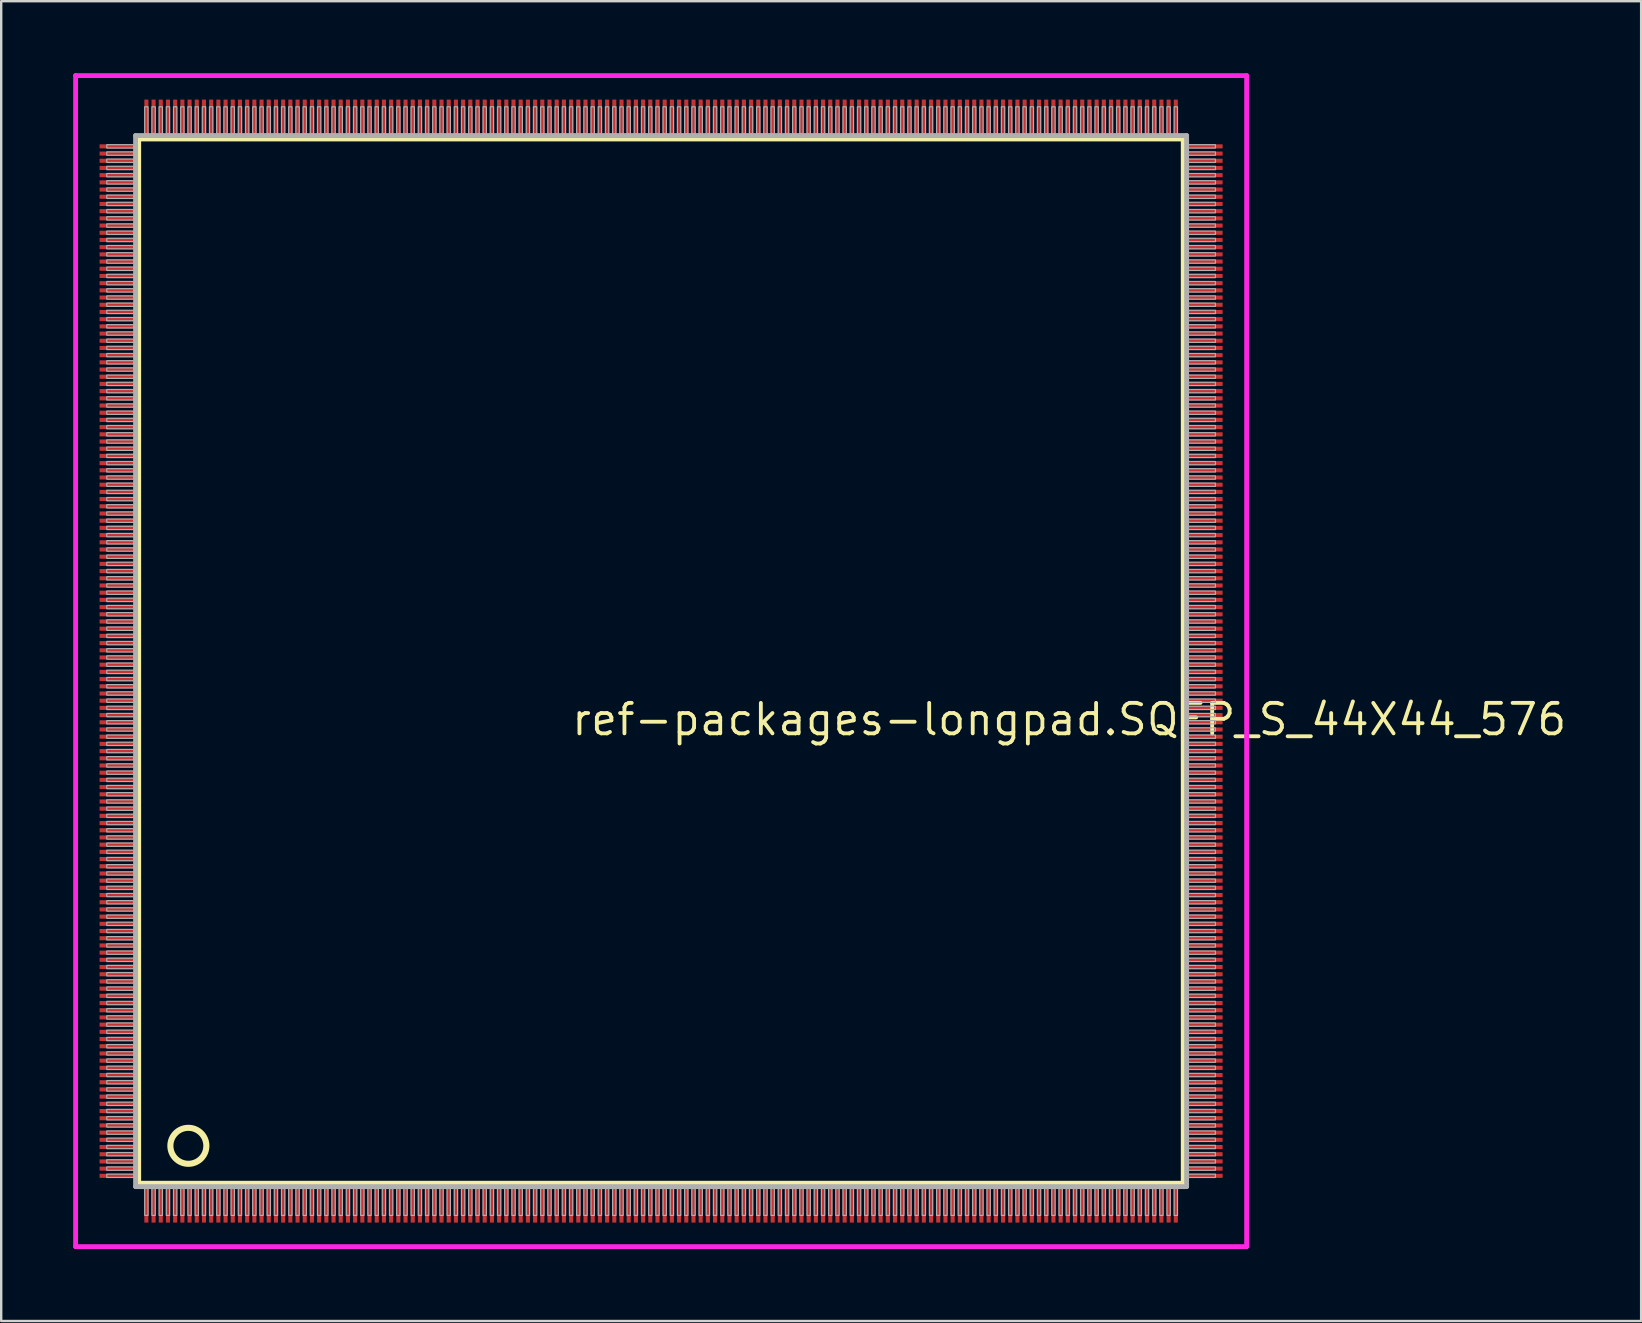
<source format=kicad_pcb>
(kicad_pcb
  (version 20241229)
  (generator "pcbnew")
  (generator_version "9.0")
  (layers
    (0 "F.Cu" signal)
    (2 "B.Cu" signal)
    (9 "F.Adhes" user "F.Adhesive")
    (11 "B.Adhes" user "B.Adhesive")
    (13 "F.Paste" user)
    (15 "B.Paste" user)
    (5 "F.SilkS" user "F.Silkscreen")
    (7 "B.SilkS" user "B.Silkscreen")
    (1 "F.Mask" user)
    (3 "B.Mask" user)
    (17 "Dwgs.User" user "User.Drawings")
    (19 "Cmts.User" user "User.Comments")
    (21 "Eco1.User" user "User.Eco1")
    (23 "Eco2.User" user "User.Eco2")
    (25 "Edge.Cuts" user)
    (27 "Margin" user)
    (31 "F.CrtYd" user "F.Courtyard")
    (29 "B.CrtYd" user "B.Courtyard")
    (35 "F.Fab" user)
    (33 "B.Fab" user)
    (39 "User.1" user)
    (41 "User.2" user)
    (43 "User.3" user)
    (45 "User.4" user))
  (footprint "ref-packages-longpad.SQFP_S_44X44_576"
    (layer "F.Cu")
    (at 24.5 24.5)
    (property "Reference" "ref-packages-longpad.SQFP_S_44X44_576" (at -3.81 3.175 0) (layer "F.SilkS") (effects (font (size 1.27 1.27) (thickness 0.16)) (justify left bottom)))
    (attr smd)
    (fp_line (start -21.77 -21.76) (end 21.76 -21.76) (stroke (width 0.203) (type default)) (layer "F.SilkS"))
    (fp_line (start -21.77 21.76) (end -21.77 -21.76) (stroke (width 0.203) (type default)) (layer "F.SilkS"))
    (fp_line (start 21.76 21.76) (end -21.77 21.76) (stroke (width 0.203) (type default)) (layer "F.SilkS"))
    (fp_line (start 21.76 -21.76) (end 21.76 21.76) (stroke (width 0.203) (type default)) (layer "F.SilkS"))
    (fp_circle (center -19.7 20.2) (end -18.95 20.2) (stroke (width 0.254) (type default)) (fill no) (layer "F.SilkS"))
    (fp_line (start -24.4 -24.4) (end 24.4 -24.4) (stroke (width 0.2) (type default)) (layer "F.CrtYd"))
    (fp_line (start -24.4 24.4) (end -24.4 -24.4) (stroke (width 0.2) (type default)) (layer "F.CrtYd"))
    (fp_line (start 24.4 -24.4) (end 24.4 24.4) (stroke (width 0.2) (type default)) (layer "F.CrtYd"))
    (fp_line (start 24.4 24.4) (end -24.4 24.4) (stroke (width 0.2) (type default)) (layer "F.CrtYd"))
    (fp_line (start -21.9 21.9) (end 21.9 21.9) (stroke (width 0.203) (type default)) (layer "F.Fab"))
    (fp_line (start -21.9 -21.9) (end -21.9 21.9) (stroke (width 0.203) (type default)) (layer "F.Fab"))
    (fp_line (start 21.9 21.9) (end 21.9 -21.9) (stroke (width 0.203) (type default)) (layer "F.Fab"))
    (fp_line (start 21.9 -21.9) (end -21.9 -21.9) (stroke (width 0.203) (type default)) (layer "F.Fab"))
    (fp_rect (start -23.1 -21.38) (end -21.97 -21.52) (stroke (width 0.05) (type default)) (fill no) (layer "F.Fab"))
    (fp_rect (start -23.1 -21.08) (end -21.97 -21.22) (stroke (width 0.05) (type default)) (fill no) (layer "F.Fab"))
    (fp_rect (start -23.1 -20.78) (end -21.97 -20.92) (stroke (width 0.05) (type default)) (fill no) (layer "F.Fab"))
    (fp_rect (start -23.1 -20.48) (end -21.97 -20.62) (stroke (width 0.05) (type default)) (fill no) (layer "F.Fab"))
    (fp_rect (start -23.1 -20.18) (end -21.97 -20.32) (stroke (width 0.05) (type default)) (fill no) (layer "F.Fab"))
    (fp_rect (start -23.1 -19.88) (end -21.97 -20.02) (stroke (width 0.05) (type default)) (fill no) (layer "F.Fab"))
    (fp_rect (start -23.1 -19.58) (end -21.97 -19.72) (stroke (width 0.05) (type default)) (fill no) (layer "F.Fab"))
    (fp_rect (start -23.1 -19.28) (end -21.97 -19.42) (stroke (width 0.05) (type default)) (fill no) (layer "F.Fab"))
    (fp_rect (start -23.1 -18.98) (end -21.97 -19.12) (stroke (width 0.05) (type default)) (fill no) (layer "F.Fab"))
    (fp_rect (start -23.1 -18.68) (end -21.97 -18.82) (stroke (width 0.05) (type default)) (fill no) (layer "F.Fab"))
    (fp_rect (start -23.1 -18.38) (end -21.97 -18.52) (stroke (width 0.05) (type default)) (fill no) (layer "F.Fab"))
    (fp_rect (start -23.1 -18.08) (end -21.97 -18.22) (stroke (width 0.05) (type default)) (fill no) (layer "F.Fab"))
    (fp_rect (start -23.1 -17.78) (end -21.97 -17.92) (stroke (width 0.05) (type default)) (fill no) (layer "F.Fab"))
    (fp_rect (start -23.1 -17.48) (end -21.97 -17.62) (stroke (width 0.05) (type default)) (fill no) (layer "F.Fab"))
    (fp_rect (start -23.1 -17.18) (end -21.97 -17.32) (stroke (width 0.05) (type default)) (fill no) (layer "F.Fab"))
    (fp_rect (start -23.1 -16.88) (end -21.97 -17.02) (stroke (width 0.05) (type default)) (fill no) (layer "F.Fab"))
    (fp_rect (start -23.1 -16.58) (end -21.97 -16.72) (stroke (width 0.05) (type default)) (fill no) (layer "F.Fab"))
    (fp_rect (start -23.1 -16.28) (end -21.97 -16.42) (stroke (width 0.05) (type default)) (fill no) (layer "F.Fab"))
    (fp_rect (start -23.1 -15.98) (end -21.97 -16.12) (stroke (width 0.05) (type default)) (fill no) (layer "F.Fab"))
    (fp_rect (start -23.1 -15.68) (end -21.97 -15.82) (stroke (width 0.05) (type default)) (fill no) (layer "F.Fab"))
    (fp_rect (start -23.1 -15.38) (end -21.97 -15.52) (stroke (width 0.05) (type default)) (fill no) (layer "F.Fab"))
    (fp_rect (start -23.1 -15.08) (end -21.97 -15.22) (stroke (width 0.05) (type default)) (fill no) (layer "F.Fab"))
    (fp_rect (start -23.1 -14.78) (end -21.97 -14.92) (stroke (width 0.05) (type default)) (fill no) (layer "F.Fab"))
    (fp_rect (start -23.1 -14.48) (end -21.97 -14.62) (stroke (width 0.05) (type default)) (fill no) (layer "F.Fab"))
    (fp_rect (start -23.1 -14.18) (end -21.97 -14.32) (stroke (width 0.05) (type default)) (fill no) (layer "F.Fab"))
    (fp_rect (start -23.1 -13.88) (end -21.97 -14.02) (stroke (width 0.05) (type default)) (fill no) (layer "F.Fab"))
    (fp_rect (start -23.1 -13.58) (end -21.97 -13.72) (stroke (width 0.05) (type default)) (fill no) (layer "F.Fab"))
    (fp_rect (start -23.1 -13.28) (end -21.97 -13.42) (stroke (width 0.05) (type default)) (fill no) (layer "F.Fab"))
    (fp_rect (start -23.1 -12.98) (end -21.97 -13.12) (stroke (width 0.05) (type default)) (fill no) (layer "F.Fab"))
    (fp_rect (start -23.1 -12.68) (end -21.97 -12.82) (stroke (width 0.05) (type default)) (fill no) (layer "F.Fab"))
    (fp_rect (start -23.1 -12.38) (end -21.97 -12.52) (stroke (width 0.05) (type default)) (fill no) (layer "F.Fab"))
    (fp_rect (start -23.1 -12.08) (end -21.97 -12.22) (stroke (width 0.05) (type default)) (fill no) (layer "F.Fab"))
    (fp_rect (start -23.1 -11.78) (end -21.97 -11.92) (stroke (width 0.05) (type default)) (fill no) (layer "F.Fab"))
    (fp_rect (start -23.1 -11.48) (end -21.97 -11.62) (stroke (width 0.05) (type default)) (fill no) (layer "F.Fab"))
    (fp_rect (start -23.1 -11.18) (end -21.97 -11.32) (stroke (width 0.05) (type default)) (fill no) (layer "F.Fab"))
    (fp_rect (start -23.1 -10.88) (end -21.97 -11.02) (stroke (width 0.05) (type default)) (fill no) (layer "F.Fab"))
    (fp_rect (start -23.1 -10.58) (end -21.97 -10.72) (stroke (width 0.05) (type default)) (fill no) (layer "F.Fab"))
    (fp_rect (start -23.1 -10.28) (end -21.97 -10.42) (stroke (width 0.05) (type default)) (fill no) (layer "F.Fab"))
    (fp_rect (start -23.1 -9.98) (end -21.97 -10.12) (stroke (width 0.05) (type default)) (fill no) (layer "F.Fab"))
    (fp_rect (start -23.1 -9.68) (end -21.97 -9.82) (stroke (width 0.05) (type default)) (fill no) (layer "F.Fab"))
    (fp_rect (start -23.1 -9.38) (end -21.97 -9.52) (stroke (width 0.05) (type default)) (fill no) (layer "F.Fab"))
    (fp_rect (start -23.1 -9.08) (end -21.97 -9.22) (stroke (width 0.05) (type default)) (fill no) (layer "F.Fab"))
    (fp_rect (start -23.1 -8.78) (end -21.97 -8.92) (stroke (width 0.05) (type default)) (fill no) (layer "F.Fab"))
    (fp_rect (start -23.1 -8.48) (end -21.97 -8.62) (stroke (width 0.05) (type default)) (fill no) (layer "F.Fab"))
    (fp_rect (start -23.1 -8.18) (end -21.97 -8.32) (stroke (width 0.05) (type default)) (fill no) (layer "F.Fab"))
    (fp_rect (start -23.1 -7.88) (end -21.97 -8.02) (stroke (width 0.05) (type default)) (fill no) (layer "F.Fab"))
    (fp_rect (start -23.1 -7.58) (end -21.97 -7.72) (stroke (width 0.05) (type default)) (fill no) (layer "F.Fab"))
    (fp_rect (start -23.1 -7.28) (end -21.97 -7.42) (stroke (width 0.05) (type default)) (fill no) (layer "F.Fab"))
    (fp_rect (start -23.1 -6.98) (end -21.97 -7.12) (stroke (width 0.05) (type default)) (fill no) (layer "F.Fab"))
    (fp_rect (start -23.1 -6.68) (end -21.97 -6.82) (stroke (width 0.05) (type default)) (fill no) (layer "F.Fab"))
    (fp_rect (start -23.1 -6.38) (end -21.97 -6.52) (stroke (width 0.05) (type default)) (fill no) (layer "F.Fab"))
    (fp_rect (start -23.1 -6.08) (end -21.97 -6.22) (stroke (width 0.05) (type default)) (fill no) (layer "F.Fab"))
    (fp_rect (start -23.1 -5.78) (end -21.97 -5.92) (stroke (width 0.05) (type default)) (fill no) (layer "F.Fab"))
    (fp_rect (start -23.1 -5.48) (end -21.97 -5.62) (stroke (width 0.05) (type default)) (fill no) (layer "F.Fab"))
    (fp_rect (start -23.1 -5.18) (end -21.97 -5.32) (stroke (width 0.05) (type default)) (fill no) (layer "F.Fab"))
    (fp_rect (start -23.1 -4.88) (end -21.97 -5.02) (stroke (width 0.05) (type default)) (fill no) (layer "F.Fab"))
    (fp_rect (start -23.1 -4.58) (end -21.97 -4.72) (stroke (width 0.05) (type default)) (fill no) (layer "F.Fab"))
    (fp_rect (start -23.1 -4.28) (end -21.97 -4.42) (stroke (width 0.05) (type default)) (fill no) (layer "F.Fab"))
    (fp_rect (start -23.1 -3.98) (end -21.97 -4.12) (stroke (width 0.05) (type default)) (fill no) (layer "F.Fab"))
    (fp_rect (start -23.1 -3.68) (end -21.97 -3.82) (stroke (width 0.05) (type default)) (fill no) (layer "F.Fab"))
    (fp_rect (start -23.1 -3.38) (end -21.97 -3.52) (stroke (width 0.05) (type default)) (fill no) (layer "F.Fab"))
    (fp_rect (start -23.1 -3.08) (end -21.97 -3.22) (stroke (width 0.05) (type default)) (fill no) (layer "F.Fab"))
    (fp_rect (start -23.1 -2.78) (end -21.97 -2.92) (stroke (width 0.05) (type default)) (fill no) (layer "F.Fab"))
    (fp_rect (start -23.1 -2.48) (end -21.97 -2.62) (stroke (width 0.05) (type default)) (fill no) (layer "F.Fab"))
    (fp_rect (start -23.1 -2.18) (end -21.97 -2.32) (stroke (width 0.05) (type default)) (fill no) (layer "F.Fab"))
    (fp_rect (start -23.1 -1.88) (end -21.97 -2.02) (stroke (width 0.05) (type default)) (fill no) (layer "F.Fab"))
    (fp_rect (start -23.1 -1.58) (end -21.97 -1.72) (stroke (width 0.05) (type default)) (fill no) (layer "F.Fab"))
    (fp_rect (start -23.1 -1.28) (end -21.97 -1.42) (stroke (width 0.05) (type default)) (fill no) (layer "F.Fab"))
    (fp_rect (start -23.1 -0.98) (end -21.97 -1.12) (stroke (width 0.05) (type default)) (fill no) (layer "F.Fab"))
    (fp_rect (start -23.1 -0.68) (end -21.97 -0.82) (stroke (width 0.05) (type default)) (fill no) (layer "F.Fab"))
    (fp_rect (start -23.1 -0.38) (end -21.97 -0.52) (stroke (width 0.05) (type default)) (fill no) (layer "F.Fab"))
    (fp_rect (start -23.1 -0.08) (end -21.97 -0.22) (stroke (width 0.05) (type default)) (fill no) (layer "F.Fab"))
    (fp_rect (start -23.1 0.22) (end -21.97 0.08) (stroke (width 0.05) (type default)) (fill no) (layer "F.Fab"))
    (fp_rect (start -23.1 0.52) (end -21.97 0.38) (stroke (width 0.05) (type default)) (fill no) (layer "F.Fab"))
    (fp_rect (start -23.1 0.82) (end -21.97 0.68) (stroke (width 0.05) (type default)) (fill no) (layer "F.Fab"))
    (fp_rect (start -23.1 1.12) (end -21.97 0.98) (stroke (width 0.05) (type default)) (fill no) (layer "F.Fab"))
    (fp_rect (start -23.1 1.42) (end -21.97 1.28) (stroke (width 0.05) (type default)) (fill no) (layer "F.Fab"))
    (fp_rect (start -23.1 1.72) (end -21.97 1.58) (stroke (width 0.05) (type default)) (fill no) (layer "F.Fab"))
    (fp_rect (start -23.1 2.02) (end -21.97 1.88) (stroke (width 0.05) (type default)) (fill no) (layer "F.Fab"))
    (fp_rect (start -23.1 2.32) (end -21.97 2.18) (stroke (width 0.05) (type default)) (fill no) (layer "F.Fab"))
    (fp_rect (start -23.1 2.62) (end -21.97 2.48) (stroke (width 0.05) (type default)) (fill no) (layer "F.Fab"))
    (fp_rect (start -23.1 2.92) (end -21.97 2.78) (stroke (width 0.05) (type default)) (fill no) (layer "F.Fab"))
    (fp_rect (start -23.1 3.22) (end -21.97 3.08) (stroke (width 0.05) (type default)) (fill no) (layer "F.Fab"))
    (fp_rect (start -23.1 3.52) (end -21.97 3.38) (stroke (width 0.05) (type default)) (fill no) (layer "F.Fab"))
    (fp_rect (start -23.1 3.82) (end -21.97 3.68) (stroke (width 0.05) (type default)) (fill no) (layer "F.Fab"))
    (fp_rect (start -23.1 4.12) (end -21.97 3.98) (stroke (width 0.05) (type default)) (fill no) (layer "F.Fab"))
    (fp_rect (start -23.1 4.42) (end -21.97 4.28) (stroke (width 0.05) (type default)) (fill no) (layer "F.Fab"))
    (fp_rect (start -23.1 4.72) (end -21.97 4.58) (stroke (width 0.05) (type default)) (fill no) (layer "F.Fab"))
    (fp_rect (start -23.1 5.02) (end -21.97 4.88) (stroke (width 0.05) (type default)) (fill no) (layer "F.Fab"))
    (fp_rect (start -23.1 5.32) (end -21.97 5.18) (stroke (width 0.05) (type default)) (fill no) (layer "F.Fab"))
    (fp_rect (start -23.1 5.62) (end -21.97 5.48) (stroke (width 0.05) (type default)) (fill no) (layer "F.Fab"))
    (fp_rect (start -23.1 5.92) (end -21.97 5.78) (stroke (width 0.05) (type default)) (fill no) (layer "F.Fab"))
    (fp_rect (start -23.1 6.22) (end -21.97 6.08) (stroke (width 0.05) (type default)) (fill no) (layer "F.Fab"))
    (fp_rect (start -23.1 6.52) (end -21.97 6.38) (stroke (width 0.05) (type default)) (fill no) (layer "F.Fab"))
    (fp_rect (start -23.1 6.82) (end -21.97 6.68) (stroke (width 0.05) (type default)) (fill no) (layer "F.Fab"))
    (fp_rect (start -23.1 7.12) (end -21.97 6.98) (stroke (width 0.05) (type default)) (fill no) (layer "F.Fab"))
    (fp_rect (start -23.1 7.42) (end -21.97 7.28) (stroke (width 0.05) (type default)) (fill no) (layer "F.Fab"))
    (fp_rect (start -23.1 7.72) (end -21.97 7.58) (stroke (width 0.05) (type default)) (fill no) (layer "F.Fab"))
    (fp_rect (start -23.1 8.02) (end -21.97 7.88) (stroke (width 0.05) (type default)) (fill no) (layer "F.Fab"))
    (fp_rect (start -23.1 8.32) (end -21.97 8.18) (stroke (width 0.05) (type default)) (fill no) (layer "F.Fab"))
    (fp_rect (start -23.1 8.62) (end -21.97 8.48) (stroke (width 0.05) (type default)) (fill no) (layer "F.Fab"))
    (fp_rect (start -23.1 8.92) (end -21.97 8.78) (stroke (width 0.05) (type default)) (fill no) (layer "F.Fab"))
    (fp_rect (start -23.1 9.22) (end -21.97 9.08) (stroke (width 0.05) (type default)) (fill no) (layer "F.Fab"))
    (fp_rect (start -23.1 9.52) (end -21.97 9.38) (stroke (width 0.05) (type default)) (fill no) (layer "F.Fab"))
    (fp_rect (start -23.1 9.82) (end -21.97 9.68) (stroke (width 0.05) (type default)) (fill no) (layer "F.Fab"))
    (fp_rect (start -23.1 10.12) (end -21.97 9.98) (stroke (width 0.05) (type default)) (fill no) (layer "F.Fab"))
    (fp_rect (start -23.1 10.42) (end -21.97 10.28) (stroke (width 0.05) (type default)) (fill no) (layer "F.Fab"))
    (fp_rect (start -23.1 10.72) (end -21.97 10.58) (stroke (width 0.05) (type default)) (fill no) (layer "F.Fab"))
    (fp_rect (start -23.1 11.02) (end -21.97 10.88) (stroke (width 0.05) (type default)) (fill no) (layer "F.Fab"))
    (fp_rect (start -23.1 11.32) (end -21.97 11.18) (stroke (width 0.05) (type default)) (fill no) (layer "F.Fab"))
    (fp_rect (start -23.1 11.62) (end -21.97 11.48) (stroke (width 0.05) (type default)) (fill no) (layer "F.Fab"))
    (fp_rect (start -23.1 11.92) (end -21.97 11.78) (stroke (width 0.05) (type default)) (fill no) (layer "F.Fab"))
    (fp_rect (start -23.1 12.22) (end -21.97 12.08) (stroke (width 0.05) (type default)) (fill no) (layer "F.Fab"))
    (fp_rect (start -23.1 12.52) (end -21.97 12.38) (stroke (width 0.05) (type default)) (fill no) (layer "F.Fab"))
    (fp_rect (start -23.1 12.82) (end -21.97 12.68) (stroke (width 0.05) (type default)) (fill no) (layer "F.Fab"))
    (fp_rect (start -23.1 13.12) (end -21.97 12.98) (stroke (width 0.05) (type default)) (fill no) (layer "F.Fab"))
    (fp_rect (start -23.1 13.42) (end -21.97 13.28) (stroke (width 0.05) (type default)) (fill no) (layer "F.Fab"))
    (fp_rect (start -23.1 13.72) (end -21.97 13.58) (stroke (width 0.05) (type default)) (fill no) (layer "F.Fab"))
    (fp_rect (start -23.1 14.02) (end -21.97 13.88) (stroke (width 0.05) (type default)) (fill no) (layer "F.Fab"))
    (fp_rect (start -23.1 14.32) (end -21.97 14.18) (stroke (width 0.05) (type default)) (fill no) (layer "F.Fab"))
    (fp_rect (start -23.1 14.62) (end -21.97 14.48) (stroke (width 0.05) (type default)) (fill no) (layer "F.Fab"))
    (fp_rect (start -23.1 14.92) (end -21.97 14.78) (stroke (width 0.05) (type default)) (fill no) (layer "F.Fab"))
    (fp_rect (start -23.1 15.22) (end -21.97 15.08) (stroke (width 0.05) (type default)) (fill no) (layer "F.Fab"))
    (fp_rect (start -23.1 15.52) (end -21.97 15.38) (stroke (width 0.05) (type default)) (fill no) (layer "F.Fab"))
    (fp_rect (start -23.1 15.82) (end -21.97 15.68) (stroke (width 0.05) (type default)) (fill no) (layer "F.Fab"))
    (fp_rect (start -23.1 16.12) (end -21.97 15.98) (stroke (width 0.05) (type default)) (fill no) (layer "F.Fab"))
    (fp_rect (start -23.1 16.42) (end -21.97 16.28) (stroke (width 0.05) (type default)) (fill no) (layer "F.Fab"))
    (fp_rect (start -23.1 16.72) (end -21.97 16.58) (stroke (width 0.05) (type default)) (fill no) (layer "F.Fab"))
    (fp_rect (start -23.1 17.02) (end -21.97 16.88) (stroke (width 0.05) (type default)) (fill no) (layer "F.Fab"))
    (fp_rect (start -23.1 17.32) (end -21.97 17.18) (stroke (width 0.05) (type default)) (fill no) (layer "F.Fab"))
    (fp_rect (start -23.1 17.62) (end -21.97 17.48) (stroke (width 0.05) (type default)) (fill no) (layer "F.Fab"))
    (fp_rect (start -23.1 17.92) (end -21.97 17.78) (stroke (width 0.05) (type default)) (fill no) (layer "F.Fab"))
    (fp_rect (start -23.1 18.22) (end -21.97 18.08) (stroke (width 0.05) (type default)) (fill no) (layer "F.Fab"))
    (fp_rect (start -23.1 18.52) (end -21.97 18.38) (stroke (width 0.05) (type default)) (fill no) (layer "F.Fab"))
    (fp_rect (start -23.1 18.82) (end -21.97 18.68) (stroke (width 0.05) (type default)) (fill no) (layer "F.Fab"))
    (fp_rect (start -23.1 19.12) (end -21.97 18.98) (stroke (width 0.05) (type default)) (fill no) (layer "F.Fab"))
    (fp_rect (start -23.1 19.42) (end -21.97 19.28) (stroke (width 0.05) (type default)) (fill no) (layer "F.Fab"))
    (fp_rect (start -23.1 19.72) (end -21.97 19.58) (stroke (width 0.05) (type default)) (fill no) (layer "F.Fab"))
    (fp_rect (start -23.1 20.02) (end -21.97 19.88) (stroke (width 0.05) (type default)) (fill no) (layer "F.Fab"))
    (fp_rect (start -23.1 20.32) (end -21.97 20.18) (stroke (width 0.05) (type default)) (fill no) (layer "F.Fab"))
    (fp_rect (start -23.1 20.62) (end -21.97 20.48) (stroke (width 0.05) (type default)) (fill no) (layer "F.Fab"))
    (fp_rect (start -23.1 20.92) (end -21.97 20.78) (stroke (width 0.05) (type default)) (fill no) (layer "F.Fab"))
    (fp_rect (start -23.1 21.22) (end -21.97 21.08) (stroke (width 0.05) (type default)) (fill no) (layer "F.Fab"))
    (fp_rect (start -23.1 21.52) (end -21.97 21.38) (stroke (width 0.05) (type default)) (fill no) (layer "F.Fab"))
    (fp_rect (start -21.52 -21.97) (end -21.38 -23.1) (stroke (width 0.05) (type default)) (fill no) (layer "F.Fab"))
    (fp_rect (start -21.52 23.1) (end -21.38 21.97) (stroke (width 0.05) (type default)) (fill no) (layer "F.Fab"))
    (fp_rect (start -21.22 -21.97) (end -21.08 -23.1) (stroke (width 0.05) (type default)) (fill no) (layer "F.Fab"))
    (fp_rect (start -21.22 23.1) (end -21.08 21.97) (stroke (width 0.05) (type default)) (fill no) (layer "F.Fab"))
    (fp_rect (start -20.92 -21.97) (end -20.78 -23.1) (stroke (width 0.05) (type default)) (fill no) (layer "F.Fab"))
    (fp_rect (start -20.92 23.1) (end -20.78 21.97) (stroke (width 0.05) (type default)) (fill no) (layer "F.Fab"))
    (fp_rect (start -20.62 -21.97) (end -20.48 -23.1) (stroke (width 0.05) (type default)) (fill no) (layer "F.Fab"))
    (fp_rect (start -20.62 23.1) (end -20.48 21.97) (stroke (width 0.05) (type default)) (fill no) (layer "F.Fab"))
    (fp_rect (start -20.32 -21.97) (end -20.18 -23.1) (stroke (width 0.05) (type default)) (fill no) (layer "F.Fab"))
    (fp_rect (start -20.32 23.1) (end -20.18 21.97) (stroke (width 0.05) (type default)) (fill no) (layer "F.Fab"))
    (fp_rect (start -20.02 -21.97) (end -19.88 -23.1) (stroke (width 0.05) (type default)) (fill no) (layer "F.Fab"))
    (fp_rect (start -20.02 23.1) (end -19.88 21.97) (stroke (width 0.05) (type default)) (fill no) (layer "F.Fab"))
    (fp_rect (start -19.72 -21.97) (end -19.58 -23.1) (stroke (width 0.05) (type default)) (fill no) (layer "F.Fab"))
    (fp_rect (start -19.72 23.1) (end -19.58 21.97) (stroke (width 0.05) (type default)) (fill no) (layer "F.Fab"))
    (fp_rect (start -19.42 -21.97) (end -19.28 -23.1) (stroke (width 0.05) (type default)) (fill no) (layer "F.Fab"))
    (fp_rect (start -19.42 23.1) (end -19.28 21.97) (stroke (width 0.05) (type default)) (fill no) (layer "F.Fab"))
    (fp_rect (start -19.12 -21.97) (end -18.98 -23.1) (stroke (width 0.05) (type default)) (fill no) (layer "F.Fab"))
    (fp_rect (start -19.12 23.1) (end -18.98 21.97) (stroke (width 0.05) (type default)) (fill no) (layer "F.Fab"))
    (fp_rect (start -18.82 -21.97) (end -18.68 -23.1) (stroke (width 0.05) (type default)) (fill no) (layer "F.Fab"))
    (fp_rect (start -18.82 23.1) (end -18.68 21.97) (stroke (width 0.05) (type default)) (fill no) (layer "F.Fab"))
    (fp_rect (start -18.52 -21.97) (end -18.38 -23.1) (stroke (width 0.05) (type default)) (fill no) (layer "F.Fab"))
    (fp_rect (start -18.52 23.1) (end -18.38 21.97) (stroke (width 0.05) (type default)) (fill no) (layer "F.Fab"))
    (fp_rect (start -18.22 -21.97) (end -18.08 -23.1) (stroke (width 0.05) (type default)) (fill no) (layer "F.Fab"))
    (fp_rect (start -18.22 23.1) (end -18.08 21.97) (stroke (width 0.05) (type default)) (fill no) (layer "F.Fab"))
    (fp_rect (start -17.92 -21.97) (end -17.78 -23.1) (stroke (width 0.05) (type default)) (fill no) (layer "F.Fab"))
    (fp_rect (start -17.92 23.1) (end -17.78 21.97) (stroke (width 0.05) (type default)) (fill no) (layer "F.Fab"))
    (fp_rect (start -17.62 -21.97) (end -17.48 -23.1) (stroke (width 0.05) (type default)) (fill no) (layer "F.Fab"))
    (fp_rect (start -17.62 23.1) (end -17.48 21.97) (stroke (width 0.05) (type default)) (fill no) (layer "F.Fab"))
    (fp_rect (start -17.32 -21.97) (end -17.18 -23.1) (stroke (width 0.05) (type default)) (fill no) (layer "F.Fab"))
    (fp_rect (start -17.32 23.1) (end -17.18 21.97) (stroke (width 0.05) (type default)) (fill no) (layer "F.Fab"))
    (fp_rect (start -17.02 -21.97) (end -16.88 -23.1) (stroke (width 0.05) (type default)) (fill no) (layer "F.Fab"))
    (fp_rect (start -17.02 23.1) (end -16.88 21.97) (stroke (width 0.05) (type default)) (fill no) (layer "F.Fab"))
    (fp_rect (start -16.72 -21.97) (end -16.58 -23.1) (stroke (width 0.05) (type default)) (fill no) (layer "F.Fab"))
    (fp_rect (start -16.72 23.1) (end -16.58 21.97) (stroke (width 0.05) (type default)) (fill no) (layer "F.Fab"))
    (fp_rect (start -16.42 -21.97) (end -16.28 -23.1) (stroke (width 0.05) (type default)) (fill no) (layer "F.Fab"))
    (fp_rect (start -16.42 23.1) (end -16.28 21.97) (stroke (width 0.05) (type default)) (fill no) (layer "F.Fab"))
    (fp_rect (start -16.12 -21.97) (end -15.98 -23.1) (stroke (width 0.05) (type default)) (fill no) (layer "F.Fab"))
    (fp_rect (start -16.12 23.1) (end -15.98 21.97) (stroke (width 0.05) (type default)) (fill no) (layer "F.Fab"))
    (fp_rect (start -15.82 -21.97) (end -15.68 -23.1) (stroke (width 0.05) (type default)) (fill no) (layer "F.Fab"))
    (fp_rect (start -15.82 23.1) (end -15.68 21.97) (stroke (width 0.05) (type default)) (fill no) (layer "F.Fab"))
    (fp_rect (start -15.52 -21.97) (end -15.38 -23.1) (stroke (width 0.05) (type default)) (fill no) (layer "F.Fab"))
    (fp_rect (start -15.52 23.1) (end -15.38 21.97) (stroke (width 0.05) (type default)) (fill no) (layer "F.Fab"))
    (fp_rect (start -15.22 -21.97) (end -15.08 -23.1) (stroke (width 0.05) (type default)) (fill no) (layer "F.Fab"))
    (fp_rect (start -15.22 23.1) (end -15.08 21.97) (stroke (width 0.05) (type default)) (fill no) (layer "F.Fab"))
    (fp_rect (start -14.92 -21.97) (end -14.78 -23.1) (stroke (width 0.05) (type default)) (fill no) (layer "F.Fab"))
    (fp_rect (start -14.92 23.1) (end -14.78 21.97) (stroke (width 0.05) (type default)) (fill no) (layer "F.Fab"))
    (fp_rect (start -14.62 -21.97) (end -14.48 -23.1) (stroke (width 0.05) (type default)) (fill no) (layer "F.Fab"))
    (fp_rect (start -14.62 23.1) (end -14.48 21.97) (stroke (width 0.05) (type default)) (fill no) (layer "F.Fab"))
    (fp_rect (start -14.32 -21.97) (end -14.18 -23.1) (stroke (width 0.05) (type default)) (fill no) (layer "F.Fab"))
    (fp_rect (start -14.32 23.1) (end -14.18 21.97) (stroke (width 0.05) (type default)) (fill no) (layer "F.Fab"))
    (fp_rect (start -14.02 -21.97) (end -13.88 -23.1) (stroke (width 0.05) (type default)) (fill no) (layer "F.Fab"))
    (fp_rect (start -14.02 23.1) (end -13.88 21.97) (stroke (width 0.05) (type default)) (fill no) (layer "F.Fab"))
    (fp_rect (start -13.72 -21.97) (end -13.58 -23.1) (stroke (width 0.05) (type default)) (fill no) (layer "F.Fab"))
    (fp_rect (start -13.72 23.1) (end -13.58 21.97) (stroke (width 0.05) (type default)) (fill no) (layer "F.Fab"))
    (fp_rect (start -13.42 -21.97) (end -13.28 -23.1) (stroke (width 0.05) (type default)) (fill no) (layer "F.Fab"))
    (fp_rect (start -13.42 23.1) (end -13.28 21.97) (stroke (width 0.05) (type default)) (fill no) (layer "F.Fab"))
    (fp_rect (start -13.12 -21.97) (end -12.98 -23.1) (stroke (width 0.05) (type default)) (fill no) (layer "F.Fab"))
    (fp_rect (start -13.12 23.1) (end -12.98 21.97) (stroke (width 0.05) (type default)) (fill no) (layer "F.Fab"))
    (fp_rect (start -12.82 -21.97) (end -12.68 -23.1) (stroke (width 0.05) (type default)) (fill no) (layer "F.Fab"))
    (fp_rect (start -12.82 23.1) (end -12.68 21.97) (stroke (width 0.05) (type default)) (fill no) (layer "F.Fab"))
    (fp_rect (start -12.52 -21.97) (end -12.38 -23.1) (stroke (width 0.05) (type default)) (fill no) (layer "F.Fab"))
    (fp_rect (start -12.52 23.1) (end -12.38 21.97) (stroke (width 0.05) (type default)) (fill no) (layer "F.Fab"))
    (fp_rect (start -12.22 -21.97) (end -12.08 -23.1) (stroke (width 0.05) (type default)) (fill no) (layer "F.Fab"))
    (fp_rect (start -12.22 23.1) (end -12.08 21.97) (stroke (width 0.05) (type default)) (fill no) (layer "F.Fab"))
    (fp_rect (start -11.92 -21.97) (end -11.78 -23.1) (stroke (width 0.05) (type default)) (fill no) (layer "F.Fab"))
    (fp_rect (start -11.92 23.1) (end -11.78 21.97) (stroke (width 0.05) (type default)) (fill no) (layer "F.Fab"))
    (fp_rect (start -11.62 -21.97) (end -11.48 -23.1) (stroke (width 0.05) (type default)) (fill no) (layer "F.Fab"))
    (fp_rect (start -11.62 23.1) (end -11.48 21.97) (stroke (width 0.05) (type default)) (fill no) (layer "F.Fab"))
    (fp_rect (start -11.32 -21.97) (end -11.18 -23.1) (stroke (width 0.05) (type default)) (fill no) (layer "F.Fab"))
    (fp_rect (start -11.32 23.1) (end -11.18 21.97) (stroke (width 0.05) (type default)) (fill no) (layer "F.Fab"))
    (fp_rect (start -11.02 -21.97) (end -10.88 -23.1) (stroke (width 0.05) (type default)) (fill no) (layer "F.Fab"))
    (fp_rect (start -11.02 23.1) (end -10.88 21.97) (stroke (width 0.05) (type default)) (fill no) (layer "F.Fab"))
    (fp_rect (start -10.72 -21.97) (end -10.58 -23.1) (stroke (width 0.05) (type default)) (fill no) (layer "F.Fab"))
    (fp_rect (start -10.72 23.1) (end -10.58 21.97) (stroke (width 0.05) (type default)) (fill no) (layer "F.Fab"))
    (fp_rect (start -10.42 -21.97) (end -10.28 -23.1) (stroke (width 0.05) (type default)) (fill no) (layer "F.Fab"))
    (fp_rect (start -10.42 23.1) (end -10.28 21.97) (stroke (width 0.05) (type default)) (fill no) (layer "F.Fab"))
    (fp_rect (start -10.12 -21.97) (end -9.98 -23.1) (stroke (width 0.05) (type default)) (fill no) (layer "F.Fab"))
    (fp_rect (start -10.12 23.1) (end -9.98 21.97) (stroke (width 0.05) (type default)) (fill no) (layer "F.Fab"))
    (fp_rect (start -9.82 -21.97) (end -9.68 -23.1) (stroke (width 0.05) (type default)) (fill no) (layer "F.Fab"))
    (fp_rect (start -9.82 23.1) (end -9.68 21.97) (stroke (width 0.05) (type default)) (fill no) (layer "F.Fab"))
    (fp_rect (start -9.52 -21.97) (end -9.38 -23.1) (stroke (width 0.05) (type default)) (fill no) (layer "F.Fab"))
    (fp_rect (start -9.52 23.1) (end -9.38 21.97) (stroke (width 0.05) (type default)) (fill no) (layer "F.Fab"))
    (fp_rect (start -9.22 -21.97) (end -9.08 -23.1) (stroke (width 0.05) (type default)) (fill no) (layer "F.Fab"))
    (fp_rect (start -9.22 23.1) (end -9.08 21.97) (stroke (width 0.05) (type default)) (fill no) (layer "F.Fab"))
    (fp_rect (start -8.92 -21.97) (end -8.78 -23.1) (stroke (width 0.05) (type default)) (fill no) (layer "F.Fab"))
    (fp_rect (start -8.92 23.1) (end -8.78 21.97) (stroke (width 0.05) (type default)) (fill no) (layer "F.Fab"))
    (fp_rect (start -8.62 -21.97) (end -8.48 -23.1) (stroke (width 0.05) (type default)) (fill no) (layer "F.Fab"))
    (fp_rect (start -8.62 23.1) (end -8.48 21.97) (stroke (width 0.05) (type default)) (fill no) (layer "F.Fab"))
    (fp_rect (start -8.32 -21.97) (end -8.18 -23.1) (stroke (width 0.05) (type default)) (fill no) (layer "F.Fab"))
    (fp_rect (start -8.32 23.1) (end -8.18 21.97) (stroke (width 0.05) (type default)) (fill no) (layer "F.Fab"))
    (fp_rect (start -8.02 -21.97) (end -7.88 -23.1) (stroke (width 0.05) (type default)) (fill no) (layer "F.Fab"))
    (fp_rect (start -8.02 23.1) (end -7.88 21.97) (stroke (width 0.05) (type default)) (fill no) (layer "F.Fab"))
    (fp_rect (start -7.72 -21.97) (end -7.58 -23.1) (stroke (width 0.05) (type default)) (fill no) (layer "F.Fab"))
    (fp_rect (start -7.72 23.1) (end -7.58 21.97) (stroke (width 0.05) (type default)) (fill no) (layer "F.Fab"))
    (fp_rect (start -7.42 -21.97) (end -7.28 -23.1) (stroke (width 0.05) (type default)) (fill no) (layer "F.Fab"))
    (fp_rect (start -7.42 23.1) (end -7.28 21.97) (stroke (width 0.05) (type default)) (fill no) (layer "F.Fab"))
    (fp_rect (start -7.12 -21.97) (end -6.98 -23.1) (stroke (width 0.05) (type default)) (fill no) (layer "F.Fab"))
    (fp_rect (start -7.12 23.1) (end -6.98 21.97) (stroke (width 0.05) (type default)) (fill no) (layer "F.Fab"))
    (fp_rect (start -6.82 -21.97) (end -6.68 -23.1) (stroke (width 0.05) (type default)) (fill no) (layer "F.Fab"))
    (fp_rect (start -6.82 23.1) (end -6.68 21.97) (stroke (width 0.05) (type default)) (fill no) (layer "F.Fab"))
    (fp_rect (start -6.52 -21.97) (end -6.38 -23.1) (stroke (width 0.05) (type default)) (fill no) (layer "F.Fab"))
    (fp_rect (start -6.52 23.1) (end -6.38 21.97) (stroke (width 0.05) (type default)) (fill no) (layer "F.Fab"))
    (fp_rect (start -6.22 -21.97) (end -6.08 -23.1) (stroke (width 0.05) (type default)) (fill no) (layer "F.Fab"))
    (fp_rect (start -6.22 23.1) (end -6.08 21.97) (stroke (width 0.05) (type default)) (fill no) (layer "F.Fab"))
    (fp_rect (start -5.92 -21.97) (end -5.78 -23.1) (stroke (width 0.05) (type default)) (fill no) (layer "F.Fab"))
    (fp_rect (start -5.92 23.1) (end -5.78 21.97) (stroke (width 0.05) (type default)) (fill no) (layer "F.Fab"))
    (fp_rect (start -5.62 -21.97) (end -5.48 -23.1) (stroke (width 0.05) (type default)) (fill no) (layer "F.Fab"))
    (fp_rect (start -5.62 23.1) (end -5.48 21.97) (stroke (width 0.05) (type default)) (fill no) (layer "F.Fab"))
    (fp_rect (start -5.32 -21.97) (end -5.18 -23.1) (stroke (width 0.05) (type default)) (fill no) (layer "F.Fab"))
    (fp_rect (start -5.32 23.1) (end -5.18 21.97) (stroke (width 0.05) (type default)) (fill no) (layer "F.Fab"))
    (fp_rect (start -5.02 -21.97) (end -4.88 -23.1) (stroke (width 0.05) (type default)) (fill no) (layer "F.Fab"))
    (fp_rect (start -5.02 23.1) (end -4.88 21.97) (stroke (width 0.05) (type default)) (fill no) (layer "F.Fab"))
    (fp_rect (start -4.72 -21.97) (end -4.58 -23.1) (stroke (width 0.05) (type default)) (fill no) (layer "F.Fab"))
    (fp_rect (start -4.72 23.1) (end -4.58 21.97) (stroke (width 0.05) (type default)) (fill no) (layer "F.Fab"))
    (fp_rect (start -4.42 -21.97) (end -4.28 -23.1) (stroke (width 0.05) (type default)) (fill no) (layer "F.Fab"))
    (fp_rect (start -4.42 23.1) (end -4.28 21.97) (stroke (width 0.05) (type default)) (fill no) (layer "F.Fab"))
    (fp_rect (start -4.12 -21.97) (end -3.98 -23.1) (stroke (width 0.05) (type default)) (fill no) (layer "F.Fab"))
    (fp_rect (start -4.12 23.1) (end -3.98 21.97) (stroke (width 0.05) (type default)) (fill no) (layer "F.Fab"))
    (fp_rect (start -3.82 -21.97) (end -3.68 -23.1) (stroke (width 0.05) (type default)) (fill no) (layer "F.Fab"))
    (fp_rect (start -3.82 23.1) (end -3.68 21.97) (stroke (width 0.05) (type default)) (fill no) (layer "F.Fab"))
    (fp_rect (start -3.52 -21.97) (end -3.38 -23.1) (stroke (width 0.05) (type default)) (fill no) (layer "F.Fab"))
    (fp_rect (start -3.52 23.1) (end -3.38 21.97) (stroke (width 0.05) (type default)) (fill no) (layer "F.Fab"))
    (fp_rect (start -3.22 -21.97) (end -3.08 -23.1) (stroke (width 0.05) (type default)) (fill no) (layer "F.Fab"))
    (fp_rect (start -3.22 23.1) (end -3.08 21.97) (stroke (width 0.05) (type default)) (fill no) (layer "F.Fab"))
    (fp_rect (start -2.92 -21.97) (end -2.78 -23.1) (stroke (width 0.05) (type default)) (fill no) (layer "F.Fab"))
    (fp_rect (start -2.92 23.1) (end -2.78 21.97) (stroke (width 0.05) (type default)) (fill no) (layer "F.Fab"))
    (fp_rect (start -2.62 -21.97) (end -2.48 -23.1) (stroke (width 0.05) (type default)) (fill no) (layer "F.Fab"))
    (fp_rect (start -2.62 23.1) (end -2.48 21.97) (stroke (width 0.05) (type default)) (fill no) (layer "F.Fab"))
    (fp_rect (start -2.32 -21.97) (end -2.18 -23.1) (stroke (width 0.05) (type default)) (fill no) (layer "F.Fab"))
    (fp_rect (start -2.32 23.1) (end -2.18 21.97) (stroke (width 0.05) (type default)) (fill no) (layer "F.Fab"))
    (fp_rect (start -2.02 -21.97) (end -1.88 -23.1) (stroke (width 0.05) (type default)) (fill no) (layer "F.Fab"))
    (fp_rect (start -2.02 23.1) (end -1.88 21.97) (stroke (width 0.05) (type default)) (fill no) (layer "F.Fab"))
    (fp_rect (start -1.72 -21.97) (end -1.58 -23.1) (stroke (width 0.05) (type default)) (fill no) (layer "F.Fab"))
    (fp_rect (start -1.72 23.1) (end -1.58 21.97) (stroke (width 0.05) (type default)) (fill no) (layer "F.Fab"))
    (fp_rect (start -1.42 -21.97) (end -1.28 -23.1) (stroke (width 0.05) (type default)) (fill no) (layer "F.Fab"))
    (fp_rect (start -1.42 23.1) (end -1.28 21.97) (stroke (width 0.05) (type default)) (fill no) (layer "F.Fab"))
    (fp_rect (start -1.12 -21.97) (end -0.98 -23.1) (stroke (width 0.05) (type default)) (fill no) (layer "F.Fab"))
    (fp_rect (start -1.12 23.1) (end -0.98 21.97) (stroke (width 0.05) (type default)) (fill no) (layer "F.Fab"))
    (fp_rect (start -0.82 -21.97) (end -0.68 -23.1) (stroke (width 0.05) (type default)) (fill no) (layer "F.Fab"))
    (fp_rect (start -0.82 23.1) (end -0.68 21.97) (stroke (width 0.05) (type default)) (fill no) (layer "F.Fab"))
    (fp_rect (start -0.52 -21.97) (end -0.38 -23.1) (stroke (width 0.05) (type default)) (fill no) (layer "F.Fab"))
    (fp_rect (start -0.52 23.1) (end -0.38 21.97) (stroke (width 0.05) (type default)) (fill no) (layer "F.Fab"))
    (fp_rect (start -0.22 -21.97) (end -0.08 -23.1) (stroke (width 0.05) (type default)) (fill no) (layer "F.Fab"))
    (fp_rect (start -0.22 23.1) (end -0.08 21.97) (stroke (width 0.05) (type default)) (fill no) (layer "F.Fab"))
    (fp_rect (start 0.08 -21.97) (end 0.22 -23.1) (stroke (width 0.05) (type default)) (fill no) (layer "F.Fab"))
    (fp_rect (start 0.08 23.1) (end 0.22 21.97) (stroke (width 0.05) (type default)) (fill no) (layer "F.Fab"))
    (fp_rect (start 0.38 -21.97) (end 0.52 -23.1) (stroke (width 0.05) (type default)) (fill no) (layer "F.Fab"))
    (fp_rect (start 0.38 23.1) (end 0.52 21.97) (stroke (width 0.05) (type default)) (fill no) (layer "F.Fab"))
    (fp_rect (start 0.68 -21.97) (end 0.82 -23.1) (stroke (width 0.05) (type default)) (fill no) (layer "F.Fab"))
    (fp_rect (start 0.68 23.1) (end 0.82 21.97) (stroke (width 0.05) (type default)) (fill no) (layer "F.Fab"))
    (fp_rect (start 0.98 -21.97) (end 1.12 -23.1) (stroke (width 0.05) (type default)) (fill no) (layer "F.Fab"))
    (fp_rect (start 0.98 23.1) (end 1.12 21.97) (stroke (width 0.05) (type default)) (fill no) (layer "F.Fab"))
    (fp_rect (start 1.28 -21.97) (end 1.42 -23.1) (stroke (width 0.05) (type default)) (fill no) (layer "F.Fab"))
    (fp_rect (start 1.28 23.1) (end 1.42 21.97) (stroke (width 0.05) (type default)) (fill no) (layer "F.Fab"))
    (fp_rect (start 1.58 -21.97) (end 1.72 -23.1) (stroke (width 0.05) (type default)) (fill no) (layer "F.Fab"))
    (fp_rect (start 1.58 23.1) (end 1.72 21.97) (stroke (width 0.05) (type default)) (fill no) (layer "F.Fab"))
    (fp_rect (start 1.88 -21.97) (end 2.02 -23.1) (stroke (width 0.05) (type default)) (fill no) (layer "F.Fab"))
    (fp_rect (start 1.88 23.1) (end 2.02 21.97) (stroke (width 0.05) (type default)) (fill no) (layer "F.Fab"))
    (fp_rect (start 2.18 -21.97) (end 2.32 -23.1) (stroke (width 0.05) (type default)) (fill no) (layer "F.Fab"))
    (fp_rect (start 2.18 23.1) (end 2.32 21.97) (stroke (width 0.05) (type default)) (fill no) (layer "F.Fab"))
    (fp_rect (start 2.48 -21.97) (end 2.62 -23.1) (stroke (width 0.05) (type default)) (fill no) (layer "F.Fab"))
    (fp_rect (start 2.48 23.1) (end 2.62 21.97) (stroke (width 0.05) (type default)) (fill no) (layer "F.Fab"))
    (fp_rect (start 2.78 -21.97) (end 2.92 -23.1) (stroke (width 0.05) (type default)) (fill no) (layer "F.Fab"))
    (fp_rect (start 2.78 23.1) (end 2.92 21.97) (stroke (width 0.05) (type default)) (fill no) (layer "F.Fab"))
    (fp_rect (start 3.08 -21.97) (end 3.22 -23.1) (stroke (width 0.05) (type default)) (fill no) (layer "F.Fab"))
    (fp_rect (start 3.08 23.1) (end 3.22 21.97) (stroke (width 0.05) (type default)) (fill no) (layer "F.Fab"))
    (fp_rect (start 3.38 -21.97) (end 3.52 -23.1) (stroke (width 0.05) (type default)) (fill no) (layer "F.Fab"))
    (fp_rect (start 3.38 23.1) (end 3.52 21.97) (stroke (width 0.05) (type default)) (fill no) (layer "F.Fab"))
    (fp_rect (start 3.68 -21.97) (end 3.82 -23.1) (stroke (width 0.05) (type default)) (fill no) (layer "F.Fab"))
    (fp_rect (start 3.68 23.1) (end 3.82 21.97) (stroke (width 0.05) (type default)) (fill no) (layer "F.Fab"))
    (fp_rect (start 3.98 -21.97) (end 4.12 -23.1) (stroke (width 0.05) (type default)) (fill no) (layer "F.Fab"))
    (fp_rect (start 3.98 23.1) (end 4.12 21.97) (stroke (width 0.05) (type default)) (fill no) (layer "F.Fab"))
    (fp_rect (start 4.28 -21.97) (end 4.42 -23.1) (stroke (width 0.05) (type default)) (fill no) (layer "F.Fab"))
    (fp_rect (start 4.28 23.1) (end 4.42 21.97) (stroke (width 0.05) (type default)) (fill no) (layer "F.Fab"))
    (fp_rect (start 4.58 -21.97) (end 4.72 -23.1) (stroke (width 0.05) (type default)) (fill no) (layer "F.Fab"))
    (fp_rect (start 4.58 23.1) (end 4.72 21.97) (stroke (width 0.05) (type default)) (fill no) (layer "F.Fab"))
    (fp_rect (start 4.88 -21.97) (end 5.02 -23.1) (stroke (width 0.05) (type default)) (fill no) (layer "F.Fab"))
    (fp_rect (start 4.88 23.1) (end 5.02 21.97) (stroke (width 0.05) (type default)) (fill no) (layer "F.Fab"))
    (fp_rect (start 5.18 -21.97) (end 5.32 -23.1) (stroke (width 0.05) (type default)) (fill no) (layer "F.Fab"))
    (fp_rect (start 5.18 23.1) (end 5.32 21.97) (stroke (width 0.05) (type default)) (fill no) (layer "F.Fab"))
    (fp_rect (start 5.48 -21.97) (end 5.62 -23.1) (stroke (width 0.05) (type default)) (fill no) (layer "F.Fab"))
    (fp_rect (start 5.48 23.1) (end 5.62 21.97) (stroke (width 0.05) (type default)) (fill no) (layer "F.Fab"))
    (fp_rect (start 5.78 -21.97) (end 5.92 -23.1) (stroke (width 0.05) (type default)) (fill no) (layer "F.Fab"))
    (fp_rect (start 5.78 23.1) (end 5.92 21.97) (stroke (width 0.05) (type default)) (fill no) (layer "F.Fab"))
    (fp_rect (start 6.08 -21.97) (end 6.22 -23.1) (stroke (width 0.05) (type default)) (fill no) (layer "F.Fab"))
    (fp_rect (start 6.08 23.1) (end 6.22 21.97) (stroke (width 0.05) (type default)) (fill no) (layer "F.Fab"))
    (fp_rect (start 6.38 -21.97) (end 6.52 -23.1) (stroke (width 0.05) (type default)) (fill no) (layer "F.Fab"))
    (fp_rect (start 6.38 23.1) (end 6.52 21.97) (stroke (width 0.05) (type default)) (fill no) (layer "F.Fab"))
    (fp_rect (start 6.68 -21.97) (end 6.82 -23.1) (stroke (width 0.05) (type default)) (fill no) (layer "F.Fab"))
    (fp_rect (start 6.68 23.1) (end 6.82 21.97) (stroke (width 0.05) (type default)) (fill no) (layer "F.Fab"))
    (fp_rect (start 6.98 -21.97) (end 7.12 -23.1) (stroke (width 0.05) (type default)) (fill no) (layer "F.Fab"))
    (fp_rect (start 6.98 23.1) (end 7.12 21.97) (stroke (width 0.05) (type default)) (fill no) (layer "F.Fab"))
    (fp_rect (start 7.28 -21.97) (end 7.42 -23.1) (stroke (width 0.05) (type default)) (fill no) (layer "F.Fab"))
    (fp_rect (start 7.28 23.1) (end 7.42 21.97) (stroke (width 0.05) (type default)) (fill no) (layer "F.Fab"))
    (fp_rect (start 7.58 -21.97) (end 7.72 -23.1) (stroke (width 0.05) (type default)) (fill no) (layer "F.Fab"))
    (fp_rect (start 7.58 23.1) (end 7.72 21.97) (stroke (width 0.05) (type default)) (fill no) (layer "F.Fab"))
    (fp_rect (start 7.88 -21.97) (end 8.02 -23.1) (stroke (width 0.05) (type default)) (fill no) (layer "F.Fab"))
    (fp_rect (start 7.88 23.1) (end 8.02 21.97) (stroke (width 0.05) (type default)) (fill no) (layer "F.Fab"))
    (fp_rect (start 8.18 -21.97) (end 8.32 -23.1) (stroke (width 0.05) (type default)) (fill no) (layer "F.Fab"))
    (fp_rect (start 8.18 23.1) (end 8.32 21.97) (stroke (width 0.05) (type default)) (fill no) (layer "F.Fab"))
    (fp_rect (start 8.48 -21.97) (end 8.62 -23.1) (stroke (width 0.05) (type default)) (fill no) (layer "F.Fab"))
    (fp_rect (start 8.48 23.1) (end 8.62 21.97) (stroke (width 0.05) (type default)) (fill no) (layer "F.Fab"))
    (fp_rect (start 8.78 -21.97) (end 8.92 -23.1) (stroke (width 0.05) (type default)) (fill no) (layer "F.Fab"))
    (fp_rect (start 8.78 23.1) (end 8.92 21.97) (stroke (width 0.05) (type default)) (fill no) (layer "F.Fab"))
    (fp_rect (start 9.08 -21.97) (end 9.22 -23.1) (stroke (width 0.05) (type default)) (fill no) (layer "F.Fab"))
    (fp_rect (start 9.08 23.1) (end 9.22 21.97) (stroke (width 0.05) (type default)) (fill no) (layer "F.Fab"))
    (fp_rect (start 9.38 -21.97) (end 9.52 -23.1) (stroke (width 0.05) (type default)) (fill no) (layer "F.Fab"))
    (fp_rect (start 9.38 23.1) (end 9.52 21.97) (stroke (width 0.05) (type default)) (fill no) (layer "F.Fab"))
    (fp_rect (start 9.68 -21.97) (end 9.82 -23.1) (stroke (width 0.05) (type default)) (fill no) (layer "F.Fab"))
    (fp_rect (start 9.68 23.1) (end 9.82 21.97) (stroke (width 0.05) (type default)) (fill no) (layer "F.Fab"))
    (fp_rect (start 9.98 -21.97) (end 10.12 -23.1) (stroke (width 0.05) (type default)) (fill no) (layer "F.Fab"))
    (fp_rect (start 9.98 23.1) (end 10.12 21.97) (stroke (width 0.05) (type default)) (fill no) (layer "F.Fab"))
    (fp_rect (start 10.28 -21.97) (end 10.42 -23.1) (stroke (width 0.05) (type default)) (fill no) (layer "F.Fab"))
    (fp_rect (start 10.28 23.1) (end 10.42 21.97) (stroke (width 0.05) (type default)) (fill no) (layer "F.Fab"))
    (fp_rect (start 10.58 -21.97) (end 10.72 -23.1) (stroke (width 0.05) (type default)) (fill no) (layer "F.Fab"))
    (fp_rect (start 10.58 23.1) (end 10.72 21.97) (stroke (width 0.05) (type default)) (fill no) (layer "F.Fab"))
    (fp_rect (start 10.88 -21.97) (end 11.02 -23.1) (stroke (width 0.05) (type default)) (fill no) (layer "F.Fab"))
    (fp_rect (start 10.88 23.1) (end 11.02 21.97) (stroke (width 0.05) (type default)) (fill no) (layer "F.Fab"))
    (fp_rect (start 11.18 -21.97) (end 11.32 -23.1) (stroke (width 0.05) (type default)) (fill no) (layer "F.Fab"))
    (fp_rect (start 11.18 23.1) (end 11.32 21.97) (stroke (width 0.05) (type default)) (fill no) (layer "F.Fab"))
    (fp_rect (start 11.48 -21.97) (end 11.62 -23.1) (stroke (width 0.05) (type default)) (fill no) (layer "F.Fab"))
    (fp_rect (start 11.48 23.1) (end 11.62 21.97) (stroke (width 0.05) (type default)) (fill no) (layer "F.Fab"))
    (fp_rect (start 11.78 -21.97) (end 11.92 -23.1) (stroke (width 0.05) (type default)) (fill no) (layer "F.Fab"))
    (fp_rect (start 11.78 23.1) (end 11.92 21.97) (stroke (width 0.05) (type default)) (fill no) (layer "F.Fab"))
    (fp_rect (start 12.08 -21.97) (end 12.22 -23.1) (stroke (width 0.05) (type default)) (fill no) (layer "F.Fab"))
    (fp_rect (start 12.08 23.1) (end 12.22 21.97) (stroke (width 0.05) (type default)) (fill no) (layer "F.Fab"))
    (fp_rect (start 12.38 -21.97) (end 12.52 -23.1) (stroke (width 0.05) (type default)) (fill no) (layer "F.Fab"))
    (fp_rect (start 12.38 23.1) (end 12.52 21.97) (stroke (width 0.05) (type default)) (fill no) (layer "F.Fab"))
    (fp_rect (start 12.68 -21.97) (end 12.82 -23.1) (stroke (width 0.05) (type default)) (fill no) (layer "F.Fab"))
    (fp_rect (start 12.68 23.1) (end 12.82 21.97) (stroke (width 0.05) (type default)) (fill no) (layer "F.Fab"))
    (fp_rect (start 12.98 -21.97) (end 13.12 -23.1) (stroke (width 0.05) (type default)) (fill no) (layer "F.Fab"))
    (fp_rect (start 12.98 23.1) (end 13.12 21.97) (stroke (width 0.05) (type default)) (fill no) (layer "F.Fab"))
    (fp_rect (start 13.28 -21.97) (end 13.42 -23.1) (stroke (width 0.05) (type default)) (fill no) (layer "F.Fab"))
    (fp_rect (start 13.28 23.1) (end 13.42 21.97) (stroke (width 0.05) (type default)) (fill no) (layer "F.Fab"))
    (fp_rect (start 13.58 -21.97) (end 13.72 -23.1) (stroke (width 0.05) (type default)) (fill no) (layer "F.Fab"))
    (fp_rect (start 13.58 23.1) (end 13.72 21.97) (stroke (width 0.05) (type default)) (fill no) (layer "F.Fab"))
    (fp_rect (start 13.88 -21.97) (end 14.02 -23.1) (stroke (width 0.05) (type default)) (fill no) (layer "F.Fab"))
    (fp_rect (start 13.88 23.1) (end 14.02 21.97) (stroke (width 0.05) (type default)) (fill no) (layer "F.Fab"))
    (fp_rect (start 14.18 -21.97) (end 14.32 -23.1) (stroke (width 0.05) (type default)) (fill no) (layer "F.Fab"))
    (fp_rect (start 14.18 23.1) (end 14.32 21.97) (stroke (width 0.05) (type default)) (fill no) (layer "F.Fab"))
    (fp_rect (start 14.48 -21.97) (end 14.62 -23.1) (stroke (width 0.05) (type default)) (fill no) (layer "F.Fab"))
    (fp_rect (start 14.48 23.1) (end 14.62 21.97) (stroke (width 0.05) (type default)) (fill no) (layer "F.Fab"))
    (fp_rect (start 14.78 -21.97) (end 14.92 -23.1) (stroke (width 0.05) (type default)) (fill no) (layer "F.Fab"))
    (fp_rect (start 14.78 23.1) (end 14.92 21.97) (stroke (width 0.05) (type default)) (fill no) (layer "F.Fab"))
    (fp_rect (start 15.08 -21.97) (end 15.22 -23.1) (stroke (width 0.05) (type default)) (fill no) (layer "F.Fab"))
    (fp_rect (start 15.08 23.1) (end 15.22 21.97) (stroke (width 0.05) (type default)) (fill no) (layer "F.Fab"))
    (fp_rect (start 15.38 -21.97) (end 15.52 -23.1) (stroke (width 0.05) (type default)) (fill no) (layer "F.Fab"))
    (fp_rect (start 15.38 23.1) (end 15.52 21.97) (stroke (width 0.05) (type default)) (fill no) (layer "F.Fab"))
    (fp_rect (start 15.68 -21.97) (end 15.82 -23.1) (stroke (width 0.05) (type default)) (fill no) (layer "F.Fab"))
    (fp_rect (start 15.68 23.1) (end 15.82 21.97) (stroke (width 0.05) (type default)) (fill no) (layer "F.Fab"))
    (fp_rect (start 15.98 -21.97) (end 16.12 -23.1) (stroke (width 0.05) (type default)) (fill no) (layer "F.Fab"))
    (fp_rect (start 15.98 23.1) (end 16.12 21.97) (stroke (width 0.05) (type default)) (fill no) (layer "F.Fab"))
    (fp_rect (start 16.28 -21.97) (end 16.42 -23.1) (stroke (width 0.05) (type default)) (fill no) (layer "F.Fab"))
    (fp_rect (start 16.28 23.1) (end 16.42 21.97) (stroke (width 0.05) (type default)) (fill no) (layer "F.Fab"))
    (fp_rect (start 16.58 -21.97) (end 16.72 -23.1) (stroke (width 0.05) (type default)) (fill no) (layer "F.Fab"))
    (fp_rect (start 16.58 23.1) (end 16.72 21.97) (stroke (width 0.05) (type default)) (fill no) (layer "F.Fab"))
    (fp_rect (start 16.88 -21.97) (end 17.02 -23.1) (stroke (width 0.05) (type default)) (fill no) (layer "F.Fab"))
    (fp_rect (start 16.88 23.1) (end 17.02 21.97) (stroke (width 0.05) (type default)) (fill no) (layer "F.Fab"))
    (fp_rect (start 17.18 -21.97) (end 17.32 -23.1) (stroke (width 0.05) (type default)) (fill no) (layer "F.Fab"))
    (fp_rect (start 17.18 23.1) (end 17.32 21.97) (stroke (width 0.05) (type default)) (fill no) (layer "F.Fab"))
    (fp_rect (start 17.48 -21.97) (end 17.62 -23.1) (stroke (width 0.05) (type default)) (fill no) (layer "F.Fab"))
    (fp_rect (start 17.48 23.1) (end 17.62 21.97) (stroke (width 0.05) (type default)) (fill no) (layer "F.Fab"))
    (fp_rect (start 17.78 -21.97) (end 17.92 -23.1) (stroke (width 0.05) (type default)) (fill no) (layer "F.Fab"))
    (fp_rect (start 17.78 23.1) (end 17.92 21.97) (stroke (width 0.05) (type default)) (fill no) (layer "F.Fab"))
    (fp_rect (start 18.08 -21.97) (end 18.22 -23.1) (stroke (width 0.05) (type default)) (fill no) (layer "F.Fab"))
    (fp_rect (start 18.08 23.1) (end 18.22 21.97) (stroke (width 0.05) (type default)) (fill no) (layer "F.Fab"))
    (fp_rect (start 18.38 -21.97) (end 18.52 -23.1) (stroke (width 0.05) (type default)) (fill no) (layer "F.Fab"))
    (fp_rect (start 18.38 23.1) (end 18.52 21.97) (stroke (width 0.05) (type default)) (fill no) (layer "F.Fab"))
    (fp_rect (start 18.68 -21.97) (end 18.82 -23.1) (stroke (width 0.05) (type default)) (fill no) (layer "F.Fab"))
    (fp_rect (start 18.68 23.1) (end 18.82 21.97) (stroke (width 0.05) (type default)) (fill no) (layer "F.Fab"))
    (fp_rect (start 18.98 -21.97) (end 19.12 -23.1) (stroke (width 0.05) (type default)) (fill no) (layer "F.Fab"))
    (fp_rect (start 18.98 23.1) (end 19.12 21.97) (stroke (width 0.05) (type default)) (fill no) (layer "F.Fab"))
    (fp_rect (start 19.28 -21.97) (end 19.42 -23.1) (stroke (width 0.05) (type default)) (fill no) (layer "F.Fab"))
    (fp_rect (start 19.28 23.1) (end 19.42 21.97) (stroke (width 0.05) (type default)) (fill no) (layer "F.Fab"))
    (fp_rect (start 19.58 -21.97) (end 19.72 -23.1) (stroke (width 0.05) (type default)) (fill no) (layer "F.Fab"))
    (fp_rect (start 19.58 23.1) (end 19.72 21.97) (stroke (width 0.05) (type default)) (fill no) (layer "F.Fab"))
    (fp_rect (start 19.88 -21.97) (end 20.02 -23.1) (stroke (width 0.05) (type default)) (fill no) (layer "F.Fab"))
    (fp_rect (start 19.88 23.1) (end 20.02 21.97) (stroke (width 0.05) (type default)) (fill no) (layer "F.Fab"))
    (fp_rect (start 20.18 -21.97) (end 20.32 -23.1) (stroke (width 0.05) (type default)) (fill no) (layer "F.Fab"))
    (fp_rect (start 20.18 23.1) (end 20.32 21.97) (stroke (width 0.05) (type default)) (fill no) (layer "F.Fab"))
    (fp_rect (start 20.48 -21.97) (end 20.62 -23.1) (stroke (width 0.05) (type default)) (fill no) (layer "F.Fab"))
    (fp_rect (start 20.48 23.1) (end 20.62 21.97) (stroke (width 0.05) (type default)) (fill no) (layer "F.Fab"))
    (fp_rect (start 20.78 -21.97) (end 20.92 -23.1) (stroke (width 0.05) (type default)) (fill no) (layer "F.Fab"))
    (fp_rect (start 20.78 23.1) (end 20.92 21.97) (stroke (width 0.05) (type default)) (fill no) (layer "F.Fab"))
    (fp_rect (start 21.08 -21.97) (end 21.22 -23.1) (stroke (width 0.05) (type default)) (fill no) (layer "F.Fab"))
    (fp_rect (start 21.08 23.1) (end 21.22 21.97) (stroke (width 0.05) (type default)) (fill no) (layer "F.Fab"))
    (fp_rect (start 21.38 -21.97) (end 21.52 -23.1) (stroke (width 0.05) (type default)) (fill no) (layer "F.Fab"))
    (fp_rect (start 21.38 23.1) (end 21.52 21.97) (stroke (width 0.05) (type default)) (fill no) (layer "F.Fab"))
    (fp_rect (start 21.97 -21.38) (end 23.1 -21.52) (stroke (width 0.05) (type default)) (fill no) (layer "F.Fab"))
    (fp_rect (start 21.97 -21.08) (end 23.1 -21.22) (stroke (width 0.05) (type default)) (fill no) (layer "F.Fab"))
    (fp_rect (start 21.97 -20.78) (end 23.1 -20.92) (stroke (width 0.05) (type default)) (fill no) (layer "F.Fab"))
    (fp_rect (start 21.97 -20.48) (end 23.1 -20.62) (stroke (width 0.05) (type default)) (fill no) (layer "F.Fab"))
    (fp_rect (start 21.97 -20.18) (end 23.1 -20.32) (stroke (width 0.05) (type default)) (fill no) (layer "F.Fab"))
    (fp_rect (start 21.97 -19.88) (end 23.1 -20.02) (stroke (width 0.05) (type default)) (fill no) (layer "F.Fab"))
    (fp_rect (start 21.97 -19.58) (end 23.1 -19.72) (stroke (width 0.05) (type default)) (fill no) (layer "F.Fab"))
    (fp_rect (start 21.97 -19.28) (end 23.1 -19.42) (stroke (width 0.05) (type default)) (fill no) (layer "F.Fab"))
    (fp_rect (start 21.97 -18.98) (end 23.1 -19.12) (stroke (width 0.05) (type default)) (fill no) (layer "F.Fab"))
    (fp_rect (start 21.97 -18.68) (end 23.1 -18.82) (stroke (width 0.05) (type default)) (fill no) (layer "F.Fab"))
    (fp_rect (start 21.97 -18.38) (end 23.1 -18.52) (stroke (width 0.05) (type default)) (fill no) (layer "F.Fab"))
    (fp_rect (start 21.97 -18.08) (end 23.1 -18.22) (stroke (width 0.05) (type default)) (fill no) (layer "F.Fab"))
    (fp_rect (start 21.97 -17.78) (end 23.1 -17.92) (stroke (width 0.05) (type default)) (fill no) (layer "F.Fab"))
    (fp_rect (start 21.97 -17.48) (end 23.1 -17.62) (stroke (width 0.05) (type default)) (fill no) (layer "F.Fab"))
    (fp_rect (start 21.97 -17.18) (end 23.1 -17.32) (stroke (width 0.05) (type default)) (fill no) (layer "F.Fab"))
    (fp_rect (start 21.97 -16.88) (end 23.1 -17.02) (stroke (width 0.05) (type default)) (fill no) (layer "F.Fab"))
    (fp_rect (start 21.97 -16.58) (end 23.1 -16.72) (stroke (width 0.05) (type default)) (fill no) (layer "F.Fab"))
    (fp_rect (start 21.97 -16.28) (end 23.1 -16.42) (stroke (width 0.05) (type default)) (fill no) (layer "F.Fab"))
    (fp_rect (start 21.97 -15.98) (end 23.1 -16.12) (stroke (width 0.05) (type default)) (fill no) (layer "F.Fab"))
    (fp_rect (start 21.97 -15.68) (end 23.1 -15.82) (stroke (width 0.05) (type default)) (fill no) (layer "F.Fab"))
    (fp_rect (start 21.97 -15.38) (end 23.1 -15.52) (stroke (width 0.05) (type default)) (fill no) (layer "F.Fab"))
    (fp_rect (start 21.97 -15.08) (end 23.1 -15.22) (stroke (width 0.05) (type default)) (fill no) (layer "F.Fab"))
    (fp_rect (start 21.97 -14.78) (end 23.1 -14.92) (stroke (width 0.05) (type default)) (fill no) (layer "F.Fab"))
    (fp_rect (start 21.97 -14.48) (end 23.1 -14.62) (stroke (width 0.05) (type default)) (fill no) (layer "F.Fab"))
    (fp_rect (start 21.97 -14.18) (end 23.1 -14.32) (stroke (width 0.05) (type default)) (fill no) (layer "F.Fab"))
    (fp_rect (start 21.97 -13.88) (end 23.1 -14.02) (stroke (width 0.05) (type default)) (fill no) (layer "F.Fab"))
    (fp_rect (start 21.97 -13.58) (end 23.1 -13.72) (stroke (width 0.05) (type default)) (fill no) (layer "F.Fab"))
    (fp_rect (start 21.97 -13.28) (end 23.1 -13.42) (stroke (width 0.05) (type default)) (fill no) (layer "F.Fab"))
    (fp_rect (start 21.97 -12.98) (end 23.1 -13.12) (stroke (width 0.05) (type default)) (fill no) (layer "F.Fab"))
    (fp_rect (start 21.97 -12.68) (end 23.1 -12.82) (stroke (width 0.05) (type default)) (fill no) (layer "F.Fab"))
    (fp_rect (start 21.97 -12.38) (end 23.1 -12.52) (stroke (width 0.05) (type default)) (fill no) (layer "F.Fab"))
    (fp_rect (start 21.97 -12.08) (end 23.1 -12.22) (stroke (width 0.05) (type default)) (fill no) (layer "F.Fab"))
    (fp_rect (start 21.97 -11.78) (end 23.1 -11.92) (stroke (width 0.05) (type default)) (fill no) (layer "F.Fab"))
    (fp_rect (start 21.97 -11.48) (end 23.1 -11.62) (stroke (width 0.05) (type default)) (fill no) (layer "F.Fab"))
    (fp_rect (start 21.97 -11.18) (end 23.1 -11.32) (stroke (width 0.05) (type default)) (fill no) (layer "F.Fab"))
    (fp_rect (start 21.97 -10.88) (end 23.1 -11.02) (stroke (width 0.05) (type default)) (fill no) (layer "F.Fab"))
    (fp_rect (start 21.97 -10.58) (end 23.1 -10.72) (stroke (width 0.05) (type default)) (fill no) (layer "F.Fab"))
    (fp_rect (start 21.97 -10.28) (end 23.1 -10.42) (stroke (width 0.05) (type default)) (fill no) (layer "F.Fab"))
    (fp_rect (start 21.97 -9.98) (end 23.1 -10.12) (stroke (width 0.05) (type default)) (fill no) (layer "F.Fab"))
    (fp_rect (start 21.97 -9.68) (end 23.1 -9.82) (stroke (width 0.05) (type default)) (fill no) (layer "F.Fab"))
    (fp_rect (start 21.97 -9.38) (end 23.1 -9.52) (stroke (width 0.05) (type default)) (fill no) (layer "F.Fab"))
    (fp_rect (start 21.97 -9.08) (end 23.1 -9.22) (stroke (width 0.05) (type default)) (fill no) (layer "F.Fab"))
    (fp_rect (start 21.97 -8.78) (end 23.1 -8.92) (stroke (width 0.05) (type default)) (fill no) (layer "F.Fab"))
    (fp_rect (start 21.97 -8.48) (end 23.1 -8.62) (stroke (width 0.05) (type default)) (fill no) (layer "F.Fab"))
    (fp_rect (start 21.97 -8.18) (end 23.1 -8.32) (stroke (width 0.05) (type default)) (fill no) (layer "F.Fab"))
    (fp_rect (start 21.97 -7.88) (end 23.1 -8.02) (stroke (width 0.05) (type default)) (fill no) (layer "F.Fab"))
    (fp_rect (start 21.97 -7.58) (end 23.1 -7.72) (stroke (width 0.05) (type default)) (fill no) (layer "F.Fab"))
    (fp_rect (start 21.97 -7.28) (end 23.1 -7.42) (stroke (width 0.05) (type default)) (fill no) (layer "F.Fab"))
    (fp_rect (start 21.97 -6.98) (end 23.1 -7.12) (stroke (width 0.05) (type default)) (fill no) (layer "F.Fab"))
    (fp_rect (start 21.97 -6.68) (end 23.1 -6.82) (stroke (width 0.05) (type default)) (fill no) (layer "F.Fab"))
    (fp_rect (start 21.97 -6.38) (end 23.1 -6.52) (stroke (width 0.05) (type default)) (fill no) (layer "F.Fab"))
    (fp_rect (start 21.97 -6.08) (end 23.1 -6.22) (stroke (width 0.05) (type default)) (fill no) (layer "F.Fab"))
    (fp_rect (start 21.97 -5.78) (end 23.1 -5.92) (stroke (width 0.05) (type default)) (fill no) (layer "F.Fab"))
    (fp_rect (start 21.97 -5.48) (end 23.1 -5.62) (stroke (width 0.05) (type default)) (fill no) (layer "F.Fab"))
    (fp_rect (start 21.97 -5.18) (end 23.1 -5.32) (stroke (width 0.05) (type default)) (fill no) (layer "F.Fab"))
    (fp_rect (start 21.97 -4.88) (end 23.1 -5.02) (stroke (width 0.05) (type default)) (fill no) (layer "F.Fab"))
    (fp_rect (start 21.97 -4.58) (end 23.1 -4.72) (stroke (width 0.05) (type default)) (fill no) (layer "F.Fab"))
    (fp_rect (start 21.97 -4.28) (end 23.1 -4.42) (stroke (width 0.05) (type default)) (fill no) (layer "F.Fab"))
    (fp_rect (start 21.97 -3.98) (end 23.1 -4.12) (stroke (width 0.05) (type default)) (fill no) (layer "F.Fab"))
    (fp_rect (start 21.97 -3.68) (end 23.1 -3.82) (stroke (width 0.05) (type default)) (fill no) (layer "F.Fab"))
    (fp_rect (start 21.97 -3.38) (end 23.1 -3.52) (stroke (width 0.05) (type default)) (fill no) (layer "F.Fab"))
    (fp_rect (start 21.97 -3.08) (end 23.1 -3.22) (stroke (width 0.05) (type default)) (fill no) (layer "F.Fab"))
    (fp_rect (start 21.97 -2.78) (end 23.1 -2.92) (stroke (width 0.05) (type default)) (fill no) (layer "F.Fab"))
    (fp_rect (start 21.97 -2.48) (end 23.1 -2.62) (stroke (width 0.05) (type default)) (fill no) (layer "F.Fab"))
    (fp_rect (start 21.97 -2.18) (end 23.1 -2.32) (stroke (width 0.05) (type default)) (fill no) (layer "F.Fab"))
    (fp_rect (start 21.97 -1.88) (end 23.1 -2.02) (stroke (width 0.05) (type default)) (fill no) (layer "F.Fab"))
    (fp_rect (start 21.97 -1.58) (end 23.1 -1.72) (stroke (width 0.05) (type default)) (fill no) (layer "F.Fab"))
    (fp_rect (start 21.97 -1.28) (end 23.1 -1.42) (stroke (width 0.05) (type default)) (fill no) (layer "F.Fab"))
    (fp_rect (start 21.97 -0.98) (end 23.1 -1.12) (stroke (width 0.05) (type default)) (fill no) (layer "F.Fab"))
    (fp_rect (start 21.97 -0.68) (end 23.1 -0.82) (stroke (width 0.05) (type default)) (fill no) (layer "F.Fab"))
    (fp_rect (start 21.97 -0.38) (end 23.1 -0.52) (stroke (width 0.05) (type default)) (fill no) (layer "F.Fab"))
    (fp_rect (start 21.97 -0.08) (end 23.1 -0.22) (stroke (width 0.05) (type default)) (fill no) (layer "F.Fab"))
    (fp_rect (start 21.97 0.22) (end 23.1 0.08) (stroke (width 0.05) (type default)) (fill no) (layer "F.Fab"))
    (fp_rect (start 21.97 0.52) (end 23.1 0.38) (stroke (width 0.05) (type default)) (fill no) (layer "F.Fab"))
    (fp_rect (start 21.97 0.82) (end 23.1 0.68) (stroke (width 0.05) (type default)) (fill no) (layer "F.Fab"))
    (fp_rect (start 21.97 1.12) (end 23.1 0.98) (stroke (width 0.05) (type default)) (fill no) (layer "F.Fab"))
    (fp_rect (start 21.97 1.42) (end 23.1 1.28) (stroke (width 0.05) (type default)) (fill no) (layer "F.Fab"))
    (fp_rect (start 21.97 1.72) (end 23.1 1.58) (stroke (width 0.05) (type default)) (fill no) (layer "F.Fab"))
    (fp_rect (start 21.97 2.02) (end 23.1 1.88) (stroke (width 0.05) (type default)) (fill no) (layer "F.Fab"))
    (fp_rect (start 21.97 2.32) (end 23.1 2.18) (stroke (width 0.05) (type default)) (fill no) (layer "F.Fab"))
    (fp_rect (start 21.97 2.62) (end 23.1 2.48) (stroke (width 0.05) (type default)) (fill no) (layer "F.Fab"))
    (fp_rect (start 21.97 2.92) (end 23.1 2.78) (stroke (width 0.05) (type default)) (fill no) (layer "F.Fab"))
    (fp_rect (start 21.97 3.22) (end 23.1 3.08) (stroke (width 0.05) (type default)) (fill no) (layer "F.Fab"))
    (fp_rect (start 21.97 3.52) (end 23.1 3.38) (stroke (width 0.05) (type default)) (fill no) (layer "F.Fab"))
    (fp_rect (start 21.97 3.82) (end 23.1 3.68) (stroke (width 0.05) (type default)) (fill no) (layer "F.Fab"))
    (fp_rect (start 21.97 4.12) (end 23.1 3.98) (stroke (width 0.05) (type default)) (fill no) (layer "F.Fab"))
    (fp_rect (start 21.97 4.42) (end 23.1 4.28) (stroke (width 0.05) (type default)) (fill no) (layer "F.Fab"))
    (fp_rect (start 21.97 4.72) (end 23.1 4.58) (stroke (width 0.05) (type default)) (fill no) (layer "F.Fab"))
    (fp_rect (start 21.97 5.02) (end 23.1 4.88) (stroke (width 0.05) (type default)) (fill no) (layer "F.Fab"))
    (fp_rect (start 21.97 5.32) (end 23.1 5.18) (stroke (width 0.05) (type default)) (fill no) (layer "F.Fab"))
    (fp_rect (start 21.97 5.62) (end 23.1 5.48) (stroke (width 0.05) (type default)) (fill no) (layer "F.Fab"))
    (fp_rect (start 21.97 5.92) (end 23.1 5.78) (stroke (width 0.05) (type default)) (fill no) (layer "F.Fab"))
    (fp_rect (start 21.97 6.22) (end 23.1 6.08) (stroke (width 0.05) (type default)) (fill no) (layer "F.Fab"))
    (fp_rect (start 21.97 6.52) (end 23.1 6.38) (stroke (width 0.05) (type default)) (fill no) (layer "F.Fab"))
    (fp_rect (start 21.97 6.82) (end 23.1 6.68) (stroke (width 0.05) (type default)) (fill no) (layer "F.Fab"))
    (fp_rect (start 21.97 7.12) (end 23.1 6.98) (stroke (width 0.05) (type default)) (fill no) (layer "F.Fab"))
    (fp_rect (start 21.97 7.42) (end 23.1 7.28) (stroke (width 0.05) (type default)) (fill no) (layer "F.Fab"))
    (fp_rect (start 21.97 7.72) (end 23.1 7.58) (stroke (width 0.05) (type default)) (fill no) (layer "F.Fab"))
    (fp_rect (start 21.97 8.02) (end 23.1 7.88) (stroke (width 0.05) (type default)) (fill no) (layer "F.Fab"))
    (fp_rect (start 21.97 8.32) (end 23.1 8.18) (stroke (width 0.05) (type default)) (fill no) (layer "F.Fab"))
    (fp_rect (start 21.97 8.62) (end 23.1 8.48) (stroke (width 0.05) (type default)) (fill no) (layer "F.Fab"))
    (fp_rect (start 21.97 8.92) (end 23.1 8.78) (stroke (width 0.05) (type default)) (fill no) (layer "F.Fab"))
    (fp_rect (start 21.97 9.22) (end 23.1 9.08) (stroke (width 0.05) (type default)) (fill no) (layer "F.Fab"))
    (fp_rect (start 21.97 9.52) (end 23.1 9.38) (stroke (width 0.05) (type default)) (fill no) (layer "F.Fab"))
    (fp_rect (start 21.97 9.82) (end 23.1 9.68) (stroke (width 0.05) (type default)) (fill no) (layer "F.Fab"))
    (fp_rect (start 21.97 10.12) (end 23.1 9.98) (stroke (width 0.05) (type default)) (fill no) (layer "F.Fab"))
    (fp_rect (start 21.97 10.42) (end 23.1 10.28) (stroke (width 0.05) (type default)) (fill no) (layer "F.Fab"))
    (fp_rect (start 21.97 10.72) (end 23.1 10.58) (stroke (width 0.05) (type default)) (fill no) (layer "F.Fab"))
    (fp_rect (start 21.97 11.02) (end 23.1 10.88) (stroke (width 0.05) (type default)) (fill no) (layer "F.Fab"))
    (fp_rect (start 21.97 11.32) (end 23.1 11.18) (stroke (width 0.05) (type default)) (fill no) (layer "F.Fab"))
    (fp_rect (start 21.97 11.62) (end 23.1 11.48) (stroke (width 0.05) (type default)) (fill no) (layer "F.Fab"))
    (fp_rect (start 21.97 11.92) (end 23.1 11.78) (stroke (width 0.05) (type default)) (fill no) (layer "F.Fab"))
    (fp_rect (start 21.97 12.22) (end 23.1 12.08) (stroke (width 0.05) (type default)) (fill no) (layer "F.Fab"))
    (fp_rect (start 21.97 12.52) (end 23.1 12.38) (stroke (width 0.05) (type default)) (fill no) (layer "F.Fab"))
    (fp_rect (start 21.97 12.82) (end 23.1 12.68) (stroke (width 0.05) (type default)) (fill no) (layer "F.Fab"))
    (fp_rect (start 21.97 13.12) (end 23.1 12.98) (stroke (width 0.05) (type default)) (fill no) (layer "F.Fab"))
    (fp_rect (start 21.97 13.42) (end 23.1 13.28) (stroke (width 0.05) (type default)) (fill no) (layer "F.Fab"))
    (fp_rect (start 21.97 13.72) (end 23.1 13.58) (stroke (width 0.05) (type default)) (fill no) (layer "F.Fab"))
    (fp_rect (start 21.97 14.02) (end 23.1 13.88) (stroke (width 0.05) (type default)) (fill no) (layer "F.Fab"))
    (fp_rect (start 21.97 14.32) (end 23.1 14.18) (stroke (width 0.05) (type default)) (fill no) (layer "F.Fab"))
    (fp_rect (start 21.97 14.62) (end 23.1 14.48) (stroke (width 0.05) (type default)) (fill no) (layer "F.Fab"))
    (fp_rect (start 21.97 14.92) (end 23.1 14.78) (stroke (width 0.05) (type default)) (fill no) (layer "F.Fab"))
    (fp_rect (start 21.97 15.22) (end 23.1 15.08) (stroke (width 0.05) (type default)) (fill no) (layer "F.Fab"))
    (fp_rect (start 21.97 15.52) (end 23.1 15.38) (stroke (width 0.05) (type default)) (fill no) (layer "F.Fab"))
    (fp_rect (start 21.97 15.82) (end 23.1 15.68) (stroke (width 0.05) (type default)) (fill no) (layer "F.Fab"))
    (fp_rect (start 21.97 16.12) (end 23.1 15.98) (stroke (width 0.05) (type default)) (fill no) (layer "F.Fab"))
    (fp_rect (start 21.97 16.42) (end 23.1 16.28) (stroke (width 0.05) (type default)) (fill no) (layer "F.Fab"))
    (fp_rect (start 21.97 16.72) (end 23.1 16.58) (stroke (width 0.05) (type default)) (fill no) (layer "F.Fab"))
    (fp_rect (start 21.97 17.02) (end 23.1 16.88) (stroke (width 0.05) (type default)) (fill no) (layer "F.Fab"))
    (fp_rect (start 21.97 17.32) (end 23.1 17.18) (stroke (width 0.05) (type default)) (fill no) (layer "F.Fab"))
    (fp_rect (start 21.97 17.62) (end 23.1 17.48) (stroke (width 0.05) (type default)) (fill no) (layer "F.Fab"))
    (fp_rect (start 21.97 17.92) (end 23.1 17.78) (stroke (width 0.05) (type default)) (fill no) (layer "F.Fab"))
    (fp_rect (start 21.97 18.22) (end 23.1 18.08) (stroke (width 0.05) (type default)) (fill no) (layer "F.Fab"))
    (fp_rect (start 21.97 18.52) (end 23.1 18.38) (stroke (width 0.05) (type default)) (fill no) (layer "F.Fab"))
    (fp_rect (start 21.97 18.82) (end 23.1 18.68) (stroke (width 0.05) (type default)) (fill no) (layer "F.Fab"))
    (fp_rect (start 21.97 19.12) (end 23.1 18.98) (stroke (width 0.05) (type default)) (fill no) (layer "F.Fab"))
    (fp_rect (start 21.97 19.42) (end 23.1 19.28) (stroke (width 0.05) (type default)) (fill no) (layer "F.Fab"))
    (fp_rect (start 21.97 19.72) (end 23.1 19.58) (stroke (width 0.05) (type default)) (fill no) (layer "F.Fab"))
    (fp_rect (start 21.97 20.02) (end 23.1 19.88) (stroke (width 0.05) (type default)) (fill no) (layer "F.Fab"))
    (fp_rect (start 21.97 20.32) (end 23.1 20.18) (stroke (width 0.05) (type default)) (fill no) (layer "F.Fab"))
    (fp_rect (start 21.97 20.62) (end 23.1 20.48) (stroke (width 0.05) (type default)) (fill no) (layer "F.Fab"))
    (fp_rect (start 21.97 20.92) (end 23.1 20.78) (stroke (width 0.05) (type default)) (fill no) (layer "F.Fab"))
    (fp_rect (start 21.97 21.22) (end 23.1 21.08) (stroke (width 0.05) (type default)) (fill no) (layer "F.Fab"))
    (fp_rect (start 21.97 21.52) (end 23.1 21.38) (stroke (width 0.05) (type default)) (fill no) (layer "F.Fab"))
    (pad "1" smd roundrect (at -21.45 22.6) (size 0.17 1.6) (layers "F.Cu" "F.Mask" "F.Paste") (roundrect_rratio 0.01))
    (pad "2" smd roundrect (at -21.15 22.6) (size 0.17 1.6) (layers "F.Cu" "F.Mask" "F.Paste") (roundrect_rratio 0.01))
    (pad "3" smd roundrect (at -20.85 22.6) (size 0.17 1.6) (layers "F.Cu" "F.Mask" "F.Paste") (roundrect_rratio 0.01))
    (pad "4" smd roundrect (at -20.55 22.6) (size 0.17 1.6) (layers "F.Cu" "F.Mask" "F.Paste") (roundrect_rratio 0.01))
    (pad "5" smd roundrect (at -20.25 22.6) (size 0.17 1.6) (layers "F.Cu" "F.Mask" "F.Paste") (roundrect_rratio 0.01))
    (pad "6" smd roundrect (at -19.95 22.6) (size 0.17 1.6) (layers "F.Cu" "F.Mask" "F.Paste") (roundrect_rratio 0.01))
    (pad "7" smd roundrect (at -19.65 22.6) (size 0.17 1.6) (layers "F.Cu" "F.Mask" "F.Paste") (roundrect_rratio 0.01))
    (pad "8" smd roundrect (at -19.35 22.6) (size 0.17 1.6) (layers "F.Cu" "F.Mask" "F.Paste") (roundrect_rratio 0.01))
    (pad "9" smd roundrect (at -19.05 22.6) (size 0.17 1.6) (layers "F.Cu" "F.Mask" "F.Paste") (roundrect_rratio 0.01))
    (pad "10" smd roundrect (at -18.75 22.6) (size 0.17 1.6) (layers "F.Cu" "F.Mask" "F.Paste") (roundrect_rratio 0.01))
    (pad "11" smd roundrect (at -18.45 22.6) (size 0.17 1.6) (layers "F.Cu" "F.Mask" "F.Paste") (roundrect_rratio 0.01))
    (pad "12" smd roundrect (at -18.15 22.6) (size 0.17 1.6) (layers "F.Cu" "F.Mask" "F.Paste") (roundrect_rratio 0.01))
    (pad "13" smd roundrect (at -17.85 22.6) (size 0.17 1.6) (layers "F.Cu" "F.Mask" "F.Paste") (roundrect_rratio 0.01))
    (pad "14" smd roundrect (at -17.55 22.6) (size 0.17 1.6) (layers "F.Cu" "F.Mask" "F.Paste") (roundrect_rratio 0.01))
    (pad "15" smd roundrect (at -17.25 22.6) (size 0.17 1.6) (layers "F.Cu" "F.Mask" "F.Paste") (roundrect_rratio 0.01))
    (pad "16" smd roundrect (at -16.95 22.6) (size 0.17 1.6) (layers "F.Cu" "F.Mask" "F.Paste") (roundrect_rratio 0.01))
    (pad "17" smd roundrect (at -16.65 22.6) (size 0.17 1.6) (layers "F.Cu" "F.Mask" "F.Paste") (roundrect_rratio 0.01))
    (pad "18" smd roundrect (at -16.35 22.6) (size 0.17 1.6) (layers "F.Cu" "F.Mask" "F.Paste") (roundrect_rratio 0.01))
    (pad "19" smd roundrect (at -16.05 22.6) (size 0.17 1.6) (layers "F.Cu" "F.Mask" "F.Paste") (roundrect_rratio 0.01))
    (pad "20" smd roundrect (at -15.75 22.6) (size 0.17 1.6) (layers "F.Cu" "F.Mask" "F.Paste") (roundrect_rratio 0.01))
    (pad "21" smd roundrect (at -15.45 22.6) (size 0.17 1.6) (layers "F.Cu" "F.Mask" "F.Paste") (roundrect_rratio 0.01))
    (pad "22" smd roundrect (at -15.15 22.6) (size 0.17 1.6) (layers "F.Cu" "F.Mask" "F.Paste") (roundrect_rratio 0.01))
    (pad "23" smd roundrect (at -14.85 22.6) (size 0.17 1.6) (layers "F.Cu" "F.Mask" "F.Paste") (roundrect_rratio 0.01))
    (pad "24" smd roundrect (at -14.55 22.6) (size 0.17 1.6) (layers "F.Cu" "F.Mask" "F.Paste") (roundrect_rratio 0.01))
    (pad "25" smd roundrect (at -14.25 22.6) (size 0.17 1.6) (layers "F.Cu" "F.Mask" "F.Paste") (roundrect_rratio 0.01))
    (pad "26" smd roundrect (at -13.95 22.6) (size 0.17 1.6) (layers "F.Cu" "F.Mask" "F.Paste") (roundrect_rratio 0.01))
    (pad "27" smd roundrect (at -13.65 22.6) (size 0.17 1.6) (layers "F.Cu" "F.Mask" "F.Paste") (roundrect_rratio 0.01))
    (pad "28" smd roundrect (at -13.35 22.6) (size 0.17 1.6) (layers "F.Cu" "F.Mask" "F.Paste") (roundrect_rratio 0.01))
    (pad "29" smd roundrect (at -13.05 22.6) (size 0.17 1.6) (layers "F.Cu" "F.Mask" "F.Paste") (roundrect_rratio 0.01))
    (pad "30" smd roundrect (at -12.75 22.6) (size 0.17 1.6) (layers "F.Cu" "F.Mask" "F.Paste") (roundrect_rratio 0.01))
    (pad "31" smd roundrect (at -12.45 22.6) (size 0.17 1.6) (layers "F.Cu" "F.Mask" "F.Paste") (roundrect_rratio 0.01))
    (pad "32" smd roundrect (at -12.15 22.6) (size 0.17 1.6) (layers "F.Cu" "F.Mask" "F.Paste") (roundrect_rratio 0.01))
    (pad "33" smd roundrect (at -11.85 22.6) (size 0.17 1.6) (layers "F.Cu" "F.Mask" "F.Paste") (roundrect_rratio 0.01))
    (pad "34" smd roundrect (at -11.55 22.6) (size 0.17 1.6) (layers "F.Cu" "F.Mask" "F.Paste") (roundrect_rratio 0.01))
    (pad "35" smd roundrect (at -11.25 22.6) (size 0.17 1.6) (layers "F.Cu" "F.Mask" "F.Paste") (roundrect_rratio 0.01))
    (pad "36" smd roundrect (at -10.95 22.6) (size 0.17 1.6) (layers "F.Cu" "F.Mask" "F.Paste") (roundrect_rratio 0.01))
    (pad "37" smd roundrect (at -10.65 22.6) (size 0.17 1.6) (layers "F.Cu" "F.Mask" "F.Paste") (roundrect_rratio 0.01))
    (pad "38" smd roundrect (at -10.35 22.6) (size 0.17 1.6) (layers "F.Cu" "F.Mask" "F.Paste") (roundrect_rratio 0.01))
    (pad "39" smd roundrect (at -10.05 22.6) (size 0.17 1.6) (layers "F.Cu" "F.Mask" "F.Paste") (roundrect_rratio 0.01))
    (pad "40" smd roundrect (at -9.75 22.6) (size 0.17 1.6) (layers "F.Cu" "F.Mask" "F.Paste") (roundrect_rratio 0.01))
    (pad "41" smd roundrect (at -9.45 22.6) (size 0.17 1.6) (layers "F.Cu" "F.Mask" "F.Paste") (roundrect_rratio 0.01))
    (pad "42" smd roundrect (at -9.15 22.6) (size 0.17 1.6) (layers "F.Cu" "F.Mask" "F.Paste") (roundrect_rratio 0.01))
    (pad "43" smd roundrect (at -8.85 22.6) (size 0.17 1.6) (layers "F.Cu" "F.Mask" "F.Paste") (roundrect_rratio 0.01))
    (pad "44" smd roundrect (at -8.55 22.6) (size 0.17 1.6) (layers "F.Cu" "F.Mask" "F.Paste") (roundrect_rratio 0.01))
    (pad "45" smd roundrect (at -8.25 22.6) (size 0.17 1.6) (layers "F.Cu" "F.Mask" "F.Paste") (roundrect_rratio 0.01))
    (pad "46" smd roundrect (at -7.95 22.6) (size 0.17 1.6) (layers "F.Cu" "F.Mask" "F.Paste") (roundrect_rratio 0.01))
    (pad "47" smd roundrect (at -7.65 22.6) (size 0.17 1.6) (layers "F.Cu" "F.Mask" "F.Paste") (roundrect_rratio 0.01))
    (pad "48" smd roundrect (at -7.35 22.6) (size 0.17 1.6) (layers "F.Cu" "F.Mask" "F.Paste") (roundrect_rratio 0.01))
    (pad "49" smd roundrect (at -7.05 22.6) (size 0.17 1.6) (layers "F.Cu" "F.Mask" "F.Paste") (roundrect_rratio 0.01))
    (pad "50" smd roundrect (at -6.75 22.6) (size 0.17 1.6) (layers "F.Cu" "F.Mask" "F.Paste") (roundrect_rratio 0.01))
    (pad "51" smd roundrect (at -6.45 22.6) (size 0.17 1.6) (layers "F.Cu" "F.Mask" "F.Paste") (roundrect_rratio 0.01))
    (pad "52" smd roundrect (at -6.15 22.6) (size 0.17 1.6) (layers "F.Cu" "F.Mask" "F.Paste") (roundrect_rratio 0.01))
    (pad "53" smd roundrect (at -5.85 22.6) (size 0.17 1.6) (layers "F.Cu" "F.Mask" "F.Paste") (roundrect_rratio 0.01))
    (pad "54" smd roundrect (at -5.55 22.6) (size 0.17 1.6) (layers "F.Cu" "F.Mask" "F.Paste") (roundrect_rratio 0.01))
    (pad "55" smd roundrect (at -5.25 22.6) (size 0.17 1.6) (layers "F.Cu" "F.Mask" "F.Paste") (roundrect_rratio 0.01))
    (pad "56" smd roundrect (at -4.95 22.6) (size 0.17 1.6) (layers "F.Cu" "F.Mask" "F.Paste") (roundrect_rratio 0.01))
    (pad "57" smd roundrect (at -4.65 22.6) (size 0.17 1.6) (layers "F.Cu" "F.Mask" "F.Paste") (roundrect_rratio 0.01))
    (pad "58" smd roundrect (at -4.35 22.6) (size 0.17 1.6) (layers "F.Cu" "F.Mask" "F.Paste") (roundrect_rratio 0.01))
    (pad "59" smd roundrect (at -4.05 22.6) (size 0.17 1.6) (layers "F.Cu" "F.Mask" "F.Paste") (roundrect_rratio 0.01))
    (pad "60" smd roundrect (at -3.75 22.6) (size 0.17 1.6) (layers "F.Cu" "F.Mask" "F.Paste") (roundrect_rratio 0.01))
    (pad "61" smd roundrect (at -3.45 22.6) (size 0.17 1.6) (layers "F.Cu" "F.Mask" "F.Paste") (roundrect_rratio 0.01))
    (pad "62" smd roundrect (at -3.15 22.6) (size 0.17 1.6) (layers "F.Cu" "F.Mask" "F.Paste") (roundrect_rratio 0.01))
    (pad "63" smd roundrect (at -2.85 22.6) (size 0.17 1.6) (layers "F.Cu" "F.Mask" "F.Paste") (roundrect_rratio 0.01))
    (pad "64" smd roundrect (at -2.55 22.6) (size 0.17 1.6) (layers "F.Cu" "F.Mask" "F.Paste") (roundrect_rratio 0.01))
    (pad "65" smd roundrect (at -2.25 22.6) (size 0.17 1.6) (layers "F.Cu" "F.Mask" "F.Paste") (roundrect_rratio 0.01))
    (pad "66" smd roundrect (at -1.95 22.6) (size 0.17 1.6) (layers "F.Cu" "F.Mask" "F.Paste") (roundrect_rratio 0.01))
    (pad "67" smd roundrect (at -1.65 22.6) (size 0.17 1.6) (layers "F.Cu" "F.Mask" "F.Paste") (roundrect_rratio 0.01))
    (pad "68" smd roundrect (at -1.35 22.6) (size 0.17 1.6) (layers "F.Cu" "F.Mask" "F.Paste") (roundrect_rratio 0.01))
    (pad "69" smd roundrect (at -1.05 22.6) (size 0.17 1.6) (layers "F.Cu" "F.Mask" "F.Paste") (roundrect_rratio 0.01))
    (pad "70" smd roundrect (at -0.75 22.6) (size 0.17 1.6) (layers "F.Cu" "F.Mask" "F.Paste") (roundrect_rratio 0.01))
    (pad "71" smd roundrect (at -0.45 22.6) (size 0.17 1.6) (layers "F.Cu" "F.Mask" "F.Paste") (roundrect_rratio 0.01))
    (pad "72" smd roundrect (at -0.15 22.6) (size 0.17 1.6) (layers "F.Cu" "F.Mask" "F.Paste") (roundrect_rratio 0.01))
    (pad "73" smd roundrect (at 0.15 22.6) (size 0.17 1.6) (layers "F.Cu" "F.Mask" "F.Paste") (roundrect_rratio 0.01))
    (pad "74" smd roundrect (at 0.45 22.6) (size 0.17 1.6) (layers "F.Cu" "F.Mask" "F.Paste") (roundrect_rratio 0.01))
    (pad "75" smd roundrect (at 0.75 22.6) (size 0.17 1.6) (layers "F.Cu" "F.Mask" "F.Paste") (roundrect_rratio 0.01))
    (pad "76" smd roundrect (at 1.05 22.6) (size 0.17 1.6) (layers "F.Cu" "F.Mask" "F.Paste") (roundrect_rratio 0.01))
    (pad "77" smd roundrect (at 1.35 22.6) (size 0.17 1.6) (layers "F.Cu" "F.Mask" "F.Paste") (roundrect_rratio 0.01))
    (pad "78" smd roundrect (at 1.65 22.6) (size 0.17 1.6) (layers "F.Cu" "F.Mask" "F.Paste") (roundrect_rratio 0.01))
    (pad "79" smd roundrect (at 1.95 22.6) (size 0.17 1.6) (layers "F.Cu" "F.Mask" "F.Paste") (roundrect_rratio 0.01))
    (pad "80" smd roundrect (at 2.25 22.6) (size 0.17 1.6) (layers "F.Cu" "F.Mask" "F.Paste") (roundrect_rratio 0.01))
    (pad "81" smd roundrect (at 2.55 22.6) (size 0.17 1.6) (layers "F.Cu" "F.Mask" "F.Paste") (roundrect_rratio 0.01))
    (pad "82" smd roundrect (at 2.85 22.6) (size 0.17 1.6) (layers "F.Cu" "F.Mask" "F.Paste") (roundrect_rratio 0.01))
    (pad "83" smd roundrect (at 3.15 22.6) (size 0.17 1.6) (layers "F.Cu" "F.Mask" "F.Paste") (roundrect_rratio 0.01))
    (pad "84" smd roundrect (at 3.45 22.6) (size 0.17 1.6) (layers "F.Cu" "F.Mask" "F.Paste") (roundrect_rratio 0.01))
    (pad "85" smd roundrect (at 3.75 22.6) (size 0.17 1.6) (layers "F.Cu" "F.Mask" "F.Paste") (roundrect_rratio 0.01))
    (pad "86" smd roundrect (at 4.05 22.6) (size 0.17 1.6) (layers "F.Cu" "F.Mask" "F.Paste") (roundrect_rratio 0.01))
    (pad "87" smd roundrect (at 4.35 22.6) (size 0.17 1.6) (layers "F.Cu" "F.Mask" "F.Paste") (roundrect_rratio 0.01))
    (pad "88" smd roundrect (at 4.65 22.6) (size 0.17 1.6) (layers "F.Cu" "F.Mask" "F.Paste") (roundrect_rratio 0.01))
    (pad "89" smd roundrect (at 4.95 22.6) (size 0.17 1.6) (layers "F.Cu" "F.Mask" "F.Paste") (roundrect_rratio 0.01))
    (pad "90" smd roundrect (at 5.25 22.6) (size 0.17 1.6) (layers "F.Cu" "F.Mask" "F.Paste") (roundrect_rratio 0.01))
    (pad "91" smd roundrect (at 5.55 22.6) (size 0.17 1.6) (layers "F.Cu" "F.Mask" "F.Paste") (roundrect_rratio 0.01))
    (pad "92" smd roundrect (at 5.85 22.6) (size 0.17 1.6) (layers "F.Cu" "F.Mask" "F.Paste") (roundrect_rratio 0.01))
    (pad "93" smd roundrect (at 6.15 22.6) (size 0.17 1.6) (layers "F.Cu" "F.Mask" "F.Paste") (roundrect_rratio 0.01))
    (pad "94" smd roundrect (at 6.45 22.6) (size 0.17 1.6) (layers "F.Cu" "F.Mask" "F.Paste") (roundrect_rratio 0.01))
    (pad "95" smd roundrect (at 6.75 22.6) (size 0.17 1.6) (layers "F.Cu" "F.Mask" "F.Paste") (roundrect_rratio 0.01))
    (pad "96" smd roundrect (at 7.05 22.6) (size 0.17 1.6) (layers "F.Cu" "F.Mask" "F.Paste") (roundrect_rratio 0.01))
    (pad "97" smd roundrect (at 7.35 22.6) (size 0.17 1.6) (layers "F.Cu" "F.Mask" "F.Paste") (roundrect_rratio 0.01))
    (pad "98" smd roundrect (at 7.65 22.6) (size 0.17 1.6) (layers "F.Cu" "F.Mask" "F.Paste") (roundrect_rratio 0.01))
    (pad "99" smd roundrect (at 7.95 22.6) (size 0.17 1.6) (layers "F.Cu" "F.Mask" "F.Paste") (roundrect_rratio 0.01))
    (pad "100" smd roundrect (at 8.25 22.6) (size 0.17 1.6) (layers "F.Cu" "F.Mask" "F.Paste") (roundrect_rratio 0.01))
    (pad "101" smd roundrect (at 8.55 22.6) (size 0.17 1.6) (layers "F.Cu" "F.Mask" "F.Paste") (roundrect_rratio 0.01))
    (pad "102" smd roundrect (at 8.85 22.6) (size 0.17 1.6) (layers "F.Cu" "F.Mask" "F.Paste") (roundrect_rratio 0.01))
    (pad "103" smd roundrect (at 9.15 22.6) (size 0.17 1.6) (layers "F.Cu" "F.Mask" "F.Paste") (roundrect_rratio 0.01))
    (pad "104" smd roundrect (at 9.45 22.6) (size 0.17 1.6) (layers "F.Cu" "F.Mask" "F.Paste") (roundrect_rratio 0.01))
    (pad "105" smd roundrect (at 9.75 22.6) (size 0.17 1.6) (layers "F.Cu" "F.Mask" "F.Paste") (roundrect_rratio 0.01))
    (pad "106" smd roundrect (at 10.05 22.6) (size 0.17 1.6) (layers "F.Cu" "F.Mask" "F.Paste") (roundrect_rratio 0.01))
    (pad "107" smd roundrect (at 10.35 22.6) (size 0.17 1.6) (layers "F.Cu" "F.Mask" "F.Paste") (roundrect_rratio 0.01))
    (pad "108" smd roundrect (at 10.65 22.6) (size 0.17 1.6) (layers "F.Cu" "F.Mask" "F.Paste") (roundrect_rratio 0.01))
    (pad "109" smd roundrect (at 10.95 22.6) (size 0.17 1.6) (layers "F.Cu" "F.Mask" "F.Paste") (roundrect_rratio 0.01))
    (pad "110" smd roundrect (at 11.25 22.6) (size 0.17 1.6) (layers "F.Cu" "F.Mask" "F.Paste") (roundrect_rratio 0.01))
    (pad "111" smd roundrect (at 11.55 22.6) (size 0.17 1.6) (layers "F.Cu" "F.Mask" "F.Paste") (roundrect_rratio 0.01))
    (pad "112" smd roundrect (at 11.85 22.6) (size 0.17 1.6) (layers "F.Cu" "F.Mask" "F.Paste") (roundrect_rratio 0.01))
    (pad "113" smd roundrect (at 12.15 22.6) (size 0.17 1.6) (layers "F.Cu" "F.Mask" "F.Paste") (roundrect_rratio 0.01))
    (pad "114" smd roundrect (at 12.45 22.6) (size 0.17 1.6) (layers "F.Cu" "F.Mask" "F.Paste") (roundrect_rratio 0.01))
    (pad "115" smd roundrect (at 12.75 22.6) (size 0.17 1.6) (layers "F.Cu" "F.Mask" "F.Paste") (roundrect_rratio 0.01))
    (pad "116" smd roundrect (at 13.05 22.6) (size 0.17 1.6) (layers "F.Cu" "F.Mask" "F.Paste") (roundrect_rratio 0.01))
    (pad "117" smd roundrect (at 13.35 22.6) (size 0.17 1.6) (layers "F.Cu" "F.Mask" "F.Paste") (roundrect_rratio 0.01))
    (pad "118" smd roundrect (at 13.65 22.6) (size 0.17 1.6) (layers "F.Cu" "F.Mask" "F.Paste") (roundrect_rratio 0.01))
    (pad "119" smd roundrect (at 13.95 22.6) (size 0.17 1.6) (layers "F.Cu" "F.Mask" "F.Paste") (roundrect_rratio 0.01))
    (pad "120" smd roundrect (at 14.25 22.6) (size 0.17 1.6) (layers "F.Cu" "F.Mask" "F.Paste") (roundrect_rratio 0.01))
    (pad "121" smd roundrect (at 14.55 22.6) (size 0.17 1.6) (layers "F.Cu" "F.Mask" "F.Paste") (roundrect_rratio 0.01))
    (pad "122" smd roundrect (at 14.85 22.6) (size 0.17 1.6) (layers "F.Cu" "F.Mask" "F.Paste") (roundrect_rratio 0.01))
    (pad "123" smd roundrect (at 15.15 22.6) (size 0.17 1.6) (layers "F.Cu" "F.Mask" "F.Paste") (roundrect_rratio 0.01))
    (pad "124" smd roundrect (at 15.45 22.6) (size 0.17 1.6) (layers "F.Cu" "F.Mask" "F.Paste") (roundrect_rratio 0.01))
    (pad "125" smd roundrect (at 15.75 22.6) (size 0.17 1.6) (layers "F.Cu" "F.Mask" "F.Paste") (roundrect_rratio 0.01))
    (pad "126" smd roundrect (at 16.05 22.6) (size 0.17 1.6) (layers "F.Cu" "F.Mask" "F.Paste") (roundrect_rratio 0.01))
    (pad "127" smd roundrect (at 16.35 22.6) (size 0.17 1.6) (layers "F.Cu" "F.Mask" "F.Paste") (roundrect_rratio 0.01))
    (pad "128" smd roundrect (at 16.65 22.6) (size 0.17 1.6) (layers "F.Cu" "F.Mask" "F.Paste") (roundrect_rratio 0.01))
    (pad "129" smd roundrect (at 16.95 22.6) (size 0.17 1.6) (layers "F.Cu" "F.Mask" "F.Paste") (roundrect_rratio 0.01))
    (pad "130" smd roundrect (at 17.25 22.6) (size 0.17 1.6) (layers "F.Cu" "F.Mask" "F.Paste") (roundrect_rratio 0.01))
    (pad "131" smd roundrect (at 17.55 22.6) (size 0.17 1.6) (layers "F.Cu" "F.Mask" "F.Paste") (roundrect_rratio 0.01))
    (pad "132" smd roundrect (at 17.85 22.6) (size 0.17 1.6) (layers "F.Cu" "F.Mask" "F.Paste") (roundrect_rratio 0.01))
    (pad "133" smd roundrect (at 18.15 22.6) (size 0.17 1.6) (layers "F.Cu" "F.Mask" "F.Paste") (roundrect_rratio 0.01))
    (pad "134" smd roundrect (at 18.45 22.6) (size 0.17 1.6) (layers "F.Cu" "F.Mask" "F.Paste") (roundrect_rratio 0.01))
    (pad "135" smd roundrect (at 18.75 22.6) (size 0.17 1.6) (layers "F.Cu" "F.Mask" "F.Paste") (roundrect_rratio 0.01))
    (pad "136" smd roundrect (at 19.05 22.6) (size 0.17 1.6) (layers "F.Cu" "F.Mask" "F.Paste") (roundrect_rratio 0.01))
    (pad "137" smd roundrect (at 19.35 22.6) (size 0.17 1.6) (layers "F.Cu" "F.Mask" "F.Paste") (roundrect_rratio 0.01))
    (pad "138" smd roundrect (at 19.65 22.6) (size 0.17 1.6) (layers "F.Cu" "F.Mask" "F.Paste") (roundrect_rratio 0.01))
    (pad "139" smd roundrect (at 19.95 22.6) (size 0.17 1.6) (layers "F.Cu" "F.Mask" "F.Paste") (roundrect_rratio 0.01))
    (pad "140" smd roundrect (at 20.25 22.6) (size 0.17 1.6) (layers "F.Cu" "F.Mask" "F.Paste") (roundrect_rratio 0.01))
    (pad "141" smd roundrect (at 20.55 22.6) (size 0.17 1.6) (layers "F.Cu" "F.Mask" "F.Paste") (roundrect_rratio 0.01))
    (pad "142" smd roundrect (at 20.85 22.6) (size 0.17 1.6) (layers "F.Cu" "F.Mask" "F.Paste") (roundrect_rratio 0.01))
    (pad "143" smd roundrect (at 21.15 22.6) (size 0.17 1.6) (layers "F.Cu" "F.Mask" "F.Paste") (roundrect_rratio 0.01))
    (pad "144" smd roundrect (at 21.45 22.6) (size 0.17 1.6) (layers "F.Cu" "F.Mask" "F.Paste") (roundrect_rratio 0.01))
    (pad "145" smd roundrect (at 22.6 21.45) (size 1.6 0.17) (layers "F.Cu" "F.Mask" "F.Paste") (roundrect_rratio 0.01))
    (pad "146" smd roundrect (at 22.6 21.15) (size 1.6 0.17) (layers "F.Cu" "F.Mask" "F.Paste") (roundrect_rratio 0.01))
    (pad "147" smd roundrect (at 22.6 20.85) (size 1.6 0.17) (layers "F.Cu" "F.Mask" "F.Paste") (roundrect_rratio 0.01))
    (pad "148" smd roundrect (at 22.6 20.55) (size 1.6 0.17) (layers "F.Cu" "F.Mask" "F.Paste") (roundrect_rratio 0.01))
    (pad "149" smd roundrect (at 22.6 20.25) (size 1.6 0.17) (layers "F.Cu" "F.Mask" "F.Paste") (roundrect_rratio 0.01))
    (pad "150" smd roundrect (at 22.6 19.95) (size 1.6 0.17) (layers "F.Cu" "F.Mask" "F.Paste") (roundrect_rratio 0.01))
    (pad "151" smd roundrect (at 22.6 19.65) (size 1.6 0.17) (layers "F.Cu" "F.Mask" "F.Paste") (roundrect_rratio 0.01))
    (pad "152" smd roundrect (at 22.6 19.35) (size 1.6 0.17) (layers "F.Cu" "F.Mask" "F.Paste") (roundrect_rratio 0.01))
    (pad "153" smd roundrect (at 22.6 19.05) (size 1.6 0.17) (layers "F.Cu" "F.Mask" "F.Paste") (roundrect_rratio 0.01))
    (pad "154" smd roundrect (at 22.6 18.75) (size 1.6 0.17) (layers "F.Cu" "F.Mask" "F.Paste") (roundrect_rratio 0.01))
    (pad "155" smd roundrect (at 22.6 18.45) (size 1.6 0.17) (layers "F.Cu" "F.Mask" "F.Paste") (roundrect_rratio 0.01))
    (pad "156" smd roundrect (at 22.6 18.15) (size 1.6 0.17) (layers "F.Cu" "F.Mask" "F.Paste") (roundrect_rratio 0.01))
    (pad "157" smd roundrect (at 22.6 17.85) (size 1.6 0.17) (layers "F.Cu" "F.Mask" "F.Paste") (roundrect_rratio 0.01))
    (pad "158" smd roundrect (at 22.6 17.55) (size 1.6 0.17) (layers "F.Cu" "F.Mask" "F.Paste") (roundrect_rratio 0.01))
    (pad "159" smd roundrect (at 22.6 17.25) (size 1.6 0.17) (layers "F.Cu" "F.Mask" "F.Paste") (roundrect_rratio 0.01))
    (pad "160" smd roundrect (at 22.6 16.95) (size 1.6 0.17) (layers "F.Cu" "F.Mask" "F.Paste") (roundrect_rratio 0.01))
    (pad "161" smd roundrect (at 22.6 16.65) (size 1.6 0.17) (layers "F.Cu" "F.Mask" "F.Paste") (roundrect_rratio 0.01))
    (pad "162" smd roundrect (at 22.6 16.35) (size 1.6 0.17) (layers "F.Cu" "F.Mask" "F.Paste") (roundrect_rratio 0.01))
    (pad "163" smd roundrect (at 22.6 16.05) (size 1.6 0.17) (layers "F.Cu" "F.Mask" "F.Paste") (roundrect_rratio 0.01))
    (pad "164" smd roundrect (at 22.6 15.75) (size 1.6 0.17) (layers "F.Cu" "F.Mask" "F.Paste") (roundrect_rratio 0.01))
    (pad "165" smd roundrect (at 22.6 15.45) (size 1.6 0.17) (layers "F.Cu" "F.Mask" "F.Paste") (roundrect_rratio 0.01))
    (pad "166" smd roundrect (at 22.6 15.15) (size 1.6 0.17) (layers "F.Cu" "F.Mask" "F.Paste") (roundrect_rratio 0.01))
    (pad "167" smd roundrect (at 22.6 14.85) (size 1.6 0.17) (layers "F.Cu" "F.Mask" "F.Paste") (roundrect_rratio 0.01))
    (pad "168" smd roundrect (at 22.6 14.55) (size 1.6 0.17) (layers "F.Cu" "F.Mask" "F.Paste") (roundrect_rratio 0.01))
    (pad "169" smd roundrect (at 22.6 14.25) (size 1.6 0.17) (layers "F.Cu" "F.Mask" "F.Paste") (roundrect_rratio 0.01))
    (pad "170" smd roundrect (at 22.6 13.95) (size 1.6 0.17) (layers "F.Cu" "F.Mask" "F.Paste") (roundrect_rratio 0.01))
    (pad "171" smd roundrect (at 22.6 13.65) (size 1.6 0.17) (layers "F.Cu" "F.Mask" "F.Paste") (roundrect_rratio 0.01))
    (pad "172" smd roundrect (at 22.6 13.35) (size 1.6 0.17) (layers "F.Cu" "F.Mask" "F.Paste") (roundrect_rratio 0.01))
    (pad "173" smd roundrect (at 22.6 13.05) (size 1.6 0.17) (layers "F.Cu" "F.Mask" "F.Paste") (roundrect_rratio 0.01))
    (pad "174" smd roundrect (at 22.6 12.75) (size 1.6 0.17) (layers "F.Cu" "F.Mask" "F.Paste") (roundrect_rratio 0.01))
    (pad "175" smd roundrect (at 22.6 12.45) (size 1.6 0.17) (layers "F.Cu" "F.Mask" "F.Paste") (roundrect_rratio 0.01))
    (pad "176" smd roundrect (at 22.6 12.15) (size 1.6 0.17) (layers "F.Cu" "F.Mask" "F.Paste") (roundrect_rratio 0.01))
    (pad "177" smd roundrect (at 22.6 11.85) (size 1.6 0.17) (layers "F.Cu" "F.Mask" "F.Paste") (roundrect_rratio 0.01))
    (pad "178" smd roundrect (at 22.6 11.55) (size 1.6 0.17) (layers "F.Cu" "F.Mask" "F.Paste") (roundrect_rratio 0.01))
    (pad "179" smd roundrect (at 22.6 11.25) (size 1.6 0.17) (layers "F.Cu" "F.Mask" "F.Paste") (roundrect_rratio 0.01))
    (pad "180" smd roundrect (at 22.6 10.95) (size 1.6 0.17) (layers "F.Cu" "F.Mask" "F.Paste") (roundrect_rratio 0.01))
    (pad "181" smd roundrect (at 22.6 10.65) (size 1.6 0.17) (layers "F.Cu" "F.Mask" "F.Paste") (roundrect_rratio 0.01))
    (pad "182" smd roundrect (at 22.6 10.35) (size 1.6 0.17) (layers "F.Cu" "F.Mask" "F.Paste") (roundrect_rratio 0.01))
    (pad "183" smd roundrect (at 22.6 10.05) (size 1.6 0.17) (layers "F.Cu" "F.Mask" "F.Paste") (roundrect_rratio 0.01))
    (pad "184" smd roundrect (at 22.6 9.75) (size 1.6 0.17) (layers "F.Cu" "F.Mask" "F.Paste") (roundrect_rratio 0.01))
    (pad "185" smd roundrect (at 22.6 9.45) (size 1.6 0.17) (layers "F.Cu" "F.Mask" "F.Paste") (roundrect_rratio 0.01))
    (pad "186" smd roundrect (at 22.6 9.15) (size 1.6 0.17) (layers "F.Cu" "F.Mask" "F.Paste") (roundrect_rratio 0.01))
    (pad "187" smd roundrect (at 22.6 8.85) (size 1.6 0.17) (layers "F.Cu" "F.Mask" "F.Paste") (roundrect_rratio 0.01))
    (pad "188" smd roundrect (at 22.6 8.55) (size 1.6 0.17) (layers "F.Cu" "F.Mask" "F.Paste") (roundrect_rratio 0.01))
    (pad "189" smd roundrect (at 22.6 8.25) (size 1.6 0.17) (layers "F.Cu" "F.Mask" "F.Paste") (roundrect_rratio 0.01))
    (pad "190" smd roundrect (at 22.6 7.95) (size 1.6 0.17) (layers "F.Cu" "F.Mask" "F.Paste") (roundrect_rratio 0.01))
    (pad "191" smd roundrect (at 22.6 7.65) (size 1.6 0.17) (layers "F.Cu" "F.Mask" "F.Paste") (roundrect_rratio 0.01))
    (pad "192" smd roundrect (at 22.6 7.35) (size 1.6 0.17) (layers "F.Cu" "F.Mask" "F.Paste") (roundrect_rratio 0.01))
    (pad "193" smd roundrect (at 22.6 7.05) (size 1.6 0.17) (layers "F.Cu" "F.Mask" "F.Paste") (roundrect_rratio 0.01))
    (pad "194" smd roundrect (at 22.6 6.75) (size 1.6 0.17) (layers "F.Cu" "F.Mask" "F.Paste") (roundrect_rratio 0.01))
    (pad "195" smd roundrect (at 22.6 6.45) (size 1.6 0.17) (layers "F.Cu" "F.Mask" "F.Paste") (roundrect_rratio 0.01))
    (pad "196" smd roundrect (at 22.6 6.15) (size 1.6 0.17) (layers "F.Cu" "F.Mask" "F.Paste") (roundrect_rratio 0.01))
    (pad "197" smd roundrect (at 22.6 5.85) (size 1.6 0.17) (layers "F.Cu" "F.Mask" "F.Paste") (roundrect_rratio 0.01))
    (pad "198" smd roundrect (at 22.6 5.55) (size 1.6 0.17) (layers "F.Cu" "F.Mask" "F.Paste") (roundrect_rratio 0.01))
    (pad "199" smd roundrect (at 22.6 5.25) (size 1.6 0.17) (layers "F.Cu" "F.Mask" "F.Paste") (roundrect_rratio 0.01))
    (pad "200" smd roundrect (at 22.6 4.95) (size 1.6 0.17) (layers "F.Cu" "F.Mask" "F.Paste") (roundrect_rratio 0.01))
    (pad "201" smd roundrect (at 22.6 4.65) (size 1.6 0.17) (layers "F.Cu" "F.Mask" "F.Paste") (roundrect_rratio 0.01))
    (pad "202" smd roundrect (at 22.6 4.35) (size 1.6 0.17) (layers "F.Cu" "F.Mask" "F.Paste") (roundrect_rratio 0.01))
    (pad "203" smd roundrect (at 22.6 4.05) (size 1.6 0.17) (layers "F.Cu" "F.Mask" "F.Paste") (roundrect_rratio 0.01))
    (pad "204" smd roundrect (at 22.6 3.75) (size 1.6 0.17) (layers "F.Cu" "F.Mask" "F.Paste") (roundrect_rratio 0.01))
    (pad "205" smd roundrect (at 22.6 3.45) (size 1.6 0.17) (layers "F.Cu" "F.Mask" "F.Paste") (roundrect_rratio 0.01))
    (pad "206" smd roundrect (at 22.6 3.15) (size 1.6 0.17) (layers "F.Cu" "F.Mask" "F.Paste") (roundrect_rratio 0.01))
    (pad "207" smd roundrect (at 22.6 2.85) (size 1.6 0.17) (layers "F.Cu" "F.Mask" "F.Paste") (roundrect_rratio 0.01))
    (pad "208" smd roundrect (at 22.6 2.55) (size 1.6 0.17) (layers "F.Cu" "F.Mask" "F.Paste") (roundrect_rratio 0.01))
    (pad "209" smd roundrect (at 22.6 2.25) (size 1.6 0.17) (layers "F.Cu" "F.Mask" "F.Paste") (roundrect_rratio 0.01))
    (pad "210" smd roundrect (at 22.6 1.95) (size 1.6 0.17) (layers "F.Cu" "F.Mask" "F.Paste") (roundrect_rratio 0.01))
    (pad "211" smd roundrect (at 22.6 1.65) (size 1.6 0.17) (layers "F.Cu" "F.Mask" "F.Paste") (roundrect_rratio 0.01))
    (pad "212" smd roundrect (at 22.6 1.35) (size 1.6 0.17) (layers "F.Cu" "F.Mask" "F.Paste") (roundrect_rratio 0.01))
    (pad "213" smd roundrect (at 22.6 1.05) (size 1.6 0.17) (layers "F.Cu" "F.Mask" "F.Paste") (roundrect_rratio 0.01))
    (pad "214" smd roundrect (at 22.6 0.75) (size 1.6 0.17) (layers "F.Cu" "F.Mask" "F.Paste") (roundrect_rratio 0.01))
    (pad "215" smd roundrect (at 22.6 0.45) (size 1.6 0.17) (layers "F.Cu" "F.Mask" "F.Paste") (roundrect_rratio 0.01))
    (pad "216" smd roundrect (at 22.6 0.15) (size 1.6 0.17) (layers "F.Cu" "F.Mask" "F.Paste") (roundrect_rratio 0.01))
    (pad "217" smd roundrect (at 22.6 -0.15) (size 1.6 0.17) (layers "F.Cu" "F.Mask" "F.Paste") (roundrect_rratio 0.01))
    (pad "218" smd roundrect (at 22.6 -0.45) (size 1.6 0.17) (layers "F.Cu" "F.Mask" "F.Paste") (roundrect_rratio 0.01))
    (pad "219" smd roundrect (at 22.6 -0.75) (size 1.6 0.17) (layers "F.Cu" "F.Mask" "F.Paste") (roundrect_rratio 0.01))
    (pad "220" smd roundrect (at 22.6 -1.05) (size 1.6 0.17) (layers "F.Cu" "F.Mask" "F.Paste") (roundrect_rratio 0.01))
    (pad "221" smd roundrect (at 22.6 -1.35) (size 1.6 0.17) (layers "F.Cu" "F.Mask" "F.Paste") (roundrect_rratio 0.01))
    (pad "222" smd roundrect (at 22.6 -1.65) (size 1.6 0.17) (layers "F.Cu" "F.Mask" "F.Paste") (roundrect_rratio 0.01))
    (pad "223" smd roundrect (at 22.6 -1.95) (size 1.6 0.17) (layers "F.Cu" "F.Mask" "F.Paste") (roundrect_rratio 0.01))
    (pad "224" smd roundrect (at 22.6 -2.25) (size 1.6 0.17) (layers "F.Cu" "F.Mask" "F.Paste") (roundrect_rratio 0.01))
    (pad "225" smd roundrect (at 22.6 -2.55) (size 1.6 0.17) (layers "F.Cu" "F.Mask" "F.Paste") (roundrect_rratio 0.01))
    (pad "226" smd roundrect (at 22.6 -2.85) (size 1.6 0.17) (layers "F.Cu" "F.Mask" "F.Paste") (roundrect_rratio 0.01))
    (pad "227" smd roundrect (at 22.6 -3.15) (size 1.6 0.17) (layers "F.Cu" "F.Mask" "F.Paste") (roundrect_rratio 0.01))
    (pad "228" smd roundrect (at 22.6 -3.45) (size 1.6 0.17) (layers "F.Cu" "F.Mask" "F.Paste") (roundrect_rratio 0.01))
    (pad "229" smd roundrect (at 22.6 -3.75) (size 1.6 0.17) (layers "F.Cu" "F.Mask" "F.Paste") (roundrect_rratio 0.01))
    (pad "230" smd roundrect (at 22.6 -4.05) (size 1.6 0.17) (layers "F.Cu" "F.Mask" "F.Paste") (roundrect_rratio 0.01))
    (pad "231" smd roundrect (at 22.6 -4.35) (size 1.6 0.17) (layers "F.Cu" "F.Mask" "F.Paste") (roundrect_rratio 0.01))
    (pad "232" smd roundrect (at 22.6 -4.65) (size 1.6 0.17) (layers "F.Cu" "F.Mask" "F.Paste") (roundrect_rratio 0.01))
    (pad "233" smd roundrect (at 22.6 -4.95) (size 1.6 0.17) (layers "F.Cu" "F.Mask" "F.Paste") (roundrect_rratio 0.01))
    (pad "234" smd roundrect (at 22.6 -5.25) (size 1.6 0.17) (layers "F.Cu" "F.Mask" "F.Paste") (roundrect_rratio 0.01))
    (pad "235" smd roundrect (at 22.6 -5.55) (size 1.6 0.17) (layers "F.Cu" "F.Mask" "F.Paste") (roundrect_rratio 0.01))
    (pad "236" smd roundrect (at 22.6 -5.85) (size 1.6 0.17) (layers "F.Cu" "F.Mask" "F.Paste") (roundrect_rratio 0.01))
    (pad "237" smd roundrect (at 22.6 -6.15) (size 1.6 0.17) (layers "F.Cu" "F.Mask" "F.Paste") (roundrect_rratio 0.01))
    (pad "238" smd roundrect (at 22.6 -6.45) (size 1.6 0.17) (layers "F.Cu" "F.Mask" "F.Paste") (roundrect_rratio 0.01))
    (pad "239" smd roundrect (at 22.6 -6.75) (size 1.6 0.17) (layers "F.Cu" "F.Mask" "F.Paste") (roundrect_rratio 0.01))
    (pad "240" smd roundrect (at 22.6 -7.05) (size 1.6 0.17) (layers "F.Cu" "F.Mask" "F.Paste") (roundrect_rratio 0.01))
    (pad "241" smd roundrect (at 22.6 -7.35) (size 1.6 0.17) (layers "F.Cu" "F.Mask" "F.Paste") (roundrect_rratio 0.01))
    (pad "242" smd roundrect (at 22.6 -7.65) (size 1.6 0.17) (layers "F.Cu" "F.Mask" "F.Paste") (roundrect_rratio 0.01))
    (pad "243" smd roundrect (at 22.6 -7.95) (size 1.6 0.17) (layers "F.Cu" "F.Mask" "F.Paste") (roundrect_rratio 0.01))
    (pad "244" smd roundrect (at 22.6 -8.25) (size 1.6 0.17) (layers "F.Cu" "F.Mask" "F.Paste") (roundrect_rratio 0.01))
    (pad "245" smd roundrect (at 22.6 -8.55) (size 1.6 0.17) (layers "F.Cu" "F.Mask" "F.Paste") (roundrect_rratio 0.01))
    (pad "246" smd roundrect (at 22.6 -8.85) (size 1.6 0.17) (layers "F.Cu" "F.Mask" "F.Paste") (roundrect_rratio 0.01))
    (pad "247" smd roundrect (at 22.6 -9.15) (size 1.6 0.17) (layers "F.Cu" "F.Mask" "F.Paste") (roundrect_rratio 0.01))
    (pad "248" smd roundrect (at 22.6 -9.45) (size 1.6 0.17) (layers "F.Cu" "F.Mask" "F.Paste") (roundrect_rratio 0.01))
    (pad "249" smd roundrect (at 22.6 -9.75) (size 1.6 0.17) (layers "F.Cu" "F.Mask" "F.Paste") (roundrect_rratio 0.01))
    (pad "250" smd roundrect (at 22.6 -10.05) (size 1.6 0.17) (layers "F.Cu" "F.Mask" "F.Paste") (roundrect_rratio 0.01))
    (pad "251" smd roundrect (at 22.6 -10.35) (size 1.6 0.17) (layers "F.Cu" "F.Mask" "F.Paste") (roundrect_rratio 0.01))
    (pad "252" smd roundrect (at 22.6 -10.65) (size 1.6 0.17) (layers "F.Cu" "F.Mask" "F.Paste") (roundrect_rratio 0.01))
    (pad "253" smd roundrect (at 22.6 -10.95) (size 1.6 0.17) (layers "F.Cu" "F.Mask" "F.Paste") (roundrect_rratio 0.01))
    (pad "254" smd roundrect (at 22.6 -11.25) (size 1.6 0.17) (layers "F.Cu" "F.Mask" "F.Paste") (roundrect_rratio 0.01))
    (pad "255" smd roundrect (at 22.6 -11.55) (size 1.6 0.17) (layers "F.Cu" "F.Mask" "F.Paste") (roundrect_rratio 0.01))
    (pad "256" smd roundrect (at 22.6 -11.85) (size 1.6 0.17) (layers "F.Cu" "F.Mask" "F.Paste") (roundrect_rratio 0.01))
    (pad "257" smd roundrect (at 22.6 -12.15) (size 1.6 0.17) (layers "F.Cu" "F.Mask" "F.Paste") (roundrect_rratio 0.01))
    (pad "258" smd roundrect (at 22.6 -12.45) (size 1.6 0.17) (layers "F.Cu" "F.Mask" "F.Paste") (roundrect_rratio 0.01))
    (pad "259" smd roundrect (at 22.6 -12.75) (size 1.6 0.17) (layers "F.Cu" "F.Mask" "F.Paste") (roundrect_rratio 0.01))
    (pad "260" smd roundrect (at 22.6 -13.05) (size 1.6 0.17) (layers "F.Cu" "F.Mask" "F.Paste") (roundrect_rratio 0.01))
    (pad "261" smd roundrect (at 22.6 -13.35) (size 1.6 0.17) (layers "F.Cu" "F.Mask" "F.Paste") (roundrect_rratio 0.01))
    (pad "262" smd roundrect (at 22.6 -13.65) (size 1.6 0.17) (layers "F.Cu" "F.Mask" "F.Paste") (roundrect_rratio 0.01))
    (pad "263" smd roundrect (at 22.6 -13.95) (size 1.6 0.17) (layers "F.Cu" "F.Mask" "F.Paste") (roundrect_rratio 0.01))
    (pad "264" smd roundrect (at 22.6 -14.25) (size 1.6 0.17) (layers "F.Cu" "F.Mask" "F.Paste") (roundrect_rratio 0.01))
    (pad "265" smd roundrect (at 22.6 -14.55) (size 1.6 0.17) (layers "F.Cu" "F.Mask" "F.Paste") (roundrect_rratio 0.01))
    (pad "266" smd roundrect (at 22.6 -14.85) (size 1.6 0.17) (layers "F.Cu" "F.Mask" "F.Paste") (roundrect_rratio 0.01))
    (pad "267" smd roundrect (at 22.6 -15.15) (size 1.6 0.17) (layers "F.Cu" "F.Mask" "F.Paste") (roundrect_rratio 0.01))
    (pad "268" smd roundrect (at 22.6 -15.45) (size 1.6 0.17) (layers "F.Cu" "F.Mask" "F.Paste") (roundrect_rratio 0.01))
    (pad "269" smd roundrect (at 22.6 -15.75) (size 1.6 0.17) (layers "F.Cu" "F.Mask" "F.Paste") (roundrect_rratio 0.01))
    (pad "270" smd roundrect (at 22.6 -16.05) (size 1.6 0.17) (layers "F.Cu" "F.Mask" "F.Paste") (roundrect_rratio 0.01))
    (pad "271" smd roundrect (at 22.6 -16.35) (size 1.6 0.17) (layers "F.Cu" "F.Mask" "F.Paste") (roundrect_rratio 0.01))
    (pad "272" smd roundrect (at 22.6 -16.65) (size 1.6 0.17) (layers "F.Cu" "F.Mask" "F.Paste") (roundrect_rratio 0.01))
    (pad "273" smd roundrect (at 22.6 -16.95) (size 1.6 0.17) (layers "F.Cu" "F.Mask" "F.Paste") (roundrect_rratio 0.01))
    (pad "274" smd roundrect (at 22.6 -17.25) (size 1.6 0.17) (layers "F.Cu" "F.Mask" "F.Paste") (roundrect_rratio 0.01))
    (pad "275" smd roundrect (at 22.6 -17.55) (size 1.6 0.17) (layers "F.Cu" "F.Mask" "F.Paste") (roundrect_rratio 0.01))
    (pad "276" smd roundrect (at 22.6 -17.85) (size 1.6 0.17) (layers "F.Cu" "F.Mask" "F.Paste") (roundrect_rratio 0.01))
    (pad "277" smd roundrect (at 22.6 -18.15) (size 1.6 0.17) (layers "F.Cu" "F.Mask" "F.Paste") (roundrect_rratio 0.01))
    (pad "278" smd roundrect (at 22.6 -18.45) (size 1.6 0.17) (layers "F.Cu" "F.Mask" "F.Paste") (roundrect_rratio 0.01))
    (pad "279" smd roundrect (at 22.6 -18.75) (size 1.6 0.17) (layers "F.Cu" "F.Mask" "F.Paste") (roundrect_rratio 0.01))
    (pad "280" smd roundrect (at 22.6 -19.05) (size 1.6 0.17) (layers "F.Cu" "F.Mask" "F.Paste") (roundrect_rratio 0.01))
    (pad "281" smd roundrect (at 22.6 -19.35) (size 1.6 0.17) (layers "F.Cu" "F.Mask" "F.Paste") (roundrect_rratio 0.01))
    (pad "282" smd roundrect (at 22.6 -19.65) (size 1.6 0.17) (layers "F.Cu" "F.Mask" "F.Paste") (roundrect_rratio 0.01))
    (pad "283" smd roundrect (at 22.6 -19.95) (size 1.6 0.17) (layers "F.Cu" "F.Mask" "F.Paste") (roundrect_rratio 0.01))
    (pad "284" smd roundrect (at 22.6 -20.25) (size 1.6 0.17) (layers "F.Cu" "F.Mask" "F.Paste") (roundrect_rratio 0.01))
    (pad "285" smd roundrect (at 22.6 -20.55) (size 1.6 0.17) (layers "F.Cu" "F.Mask" "F.Paste") (roundrect_rratio 0.01))
    (pad "286" smd roundrect (at 22.6 -20.85) (size 1.6 0.17) (layers "F.Cu" "F.Mask" "F.Paste") (roundrect_rratio 0.01))
    (pad "287" smd roundrect (at 22.6 -21.15) (size 1.6 0.17) (layers "F.Cu" "F.Mask" "F.Paste") (roundrect_rratio 0.01))
    (pad "288" smd roundrect (at 22.6 -21.45) (size 1.6 0.17) (layers "F.Cu" "F.Mask" "F.Paste") (roundrect_rratio 0.01))
    (pad "289" smd roundrect (at 21.45 -22.6) (size 0.17 1.6) (layers "F.Cu" "F.Mask" "F.Paste") (roundrect_rratio 0.01))
    (pad "290" smd roundrect (at 21.15 -22.6) (size 0.17 1.6) (layers "F.Cu" "F.Mask" "F.Paste") (roundrect_rratio 0.01))
    (pad "291" smd roundrect (at 20.85 -22.6) (size 0.17 1.6) (layers "F.Cu" "F.Mask" "F.Paste") (roundrect_rratio 0.01))
    (pad "292" smd roundrect (at 20.55 -22.6) (size 0.17 1.6) (layers "F.Cu" "F.Mask" "F.Paste") (roundrect_rratio 0.01))
    (pad "293" smd roundrect (at 20.25 -22.6) (size 0.17 1.6) (layers "F.Cu" "F.Mask" "F.Paste") (roundrect_rratio 0.01))
    (pad "294" smd roundrect (at 19.95 -22.6) (size 0.17 1.6) (layers "F.Cu" "F.Mask" "F.Paste") (roundrect_rratio 0.01))
    (pad "295" smd roundrect (at 19.65 -22.6) (size 0.17 1.6) (layers "F.Cu" "F.Mask" "F.Paste") (roundrect_rratio 0.01))
    (pad "296" smd roundrect (at 19.35 -22.6) (size 0.17 1.6) (layers "F.Cu" "F.Mask" "F.Paste") (roundrect_rratio 0.01))
    (pad "297" smd roundrect (at 19.05 -22.6) (size 0.17 1.6) (layers "F.Cu" "F.Mask" "F.Paste") (roundrect_rratio 0.01))
    (pad "298" smd roundrect (at 18.75 -22.6) (size 0.17 1.6) (layers "F.Cu" "F.Mask" "F.Paste") (roundrect_rratio 0.01))
    (pad "299" smd roundrect (at 18.45 -22.6) (size 0.17 1.6) (layers "F.Cu" "F.Mask" "F.Paste") (roundrect_rratio 0.01))
    (pad "300" smd roundrect (at 18.15 -22.6) (size 0.17 1.6) (layers "F.Cu" "F.Mask" "F.Paste") (roundrect_rratio 0.01))
    (pad "301" smd roundrect (at 17.85 -22.6) (size 0.17 1.6) (layers "F.Cu" "F.Mask" "F.Paste") (roundrect_rratio 0.01))
    (pad "302" smd roundrect (at 17.55 -22.6) (size 0.17 1.6) (layers "F.Cu" "F.Mask" "F.Paste") (roundrect_rratio 0.01))
    (pad "303" smd roundrect (at 17.25 -22.6) (size 0.17 1.6) (layers "F.Cu" "F.Mask" "F.Paste") (roundrect_rratio 0.01))
    (pad "304" smd roundrect (at 16.95 -22.6) (size 0.17 1.6) (layers "F.Cu" "F.Mask" "F.Paste") (roundrect_rratio 0.01))
    (pad "305" smd roundrect (at 16.65 -22.6) (size 0.17 1.6) (layers "F.Cu" "F.Mask" "F.Paste") (roundrect_rratio 0.01))
    (pad "306" smd roundrect (at 16.35 -22.6) (size 0.17 1.6) (layers "F.Cu" "F.Mask" "F.Paste") (roundrect_rratio 0.01))
    (pad "307" smd roundrect (at 16.05 -22.6) (size 0.17 1.6) (layers "F.Cu" "F.Mask" "F.Paste") (roundrect_rratio 0.01))
    (pad "308" smd roundrect (at 15.75 -22.6) (size 0.17 1.6) (layers "F.Cu" "F.Mask" "F.Paste") (roundrect_rratio 0.01))
    (pad "309" smd roundrect (at 15.45 -22.6) (size 0.17 1.6) (layers "F.Cu" "F.Mask" "F.Paste") (roundrect_rratio 0.01))
    (pad "310" smd roundrect (at 15.15 -22.6) (size 0.17 1.6) (layers "F.Cu" "F.Mask" "F.Paste") (roundrect_rratio 0.01))
    (pad "311" smd roundrect (at 14.85 -22.6) (size 0.17 1.6) (layers "F.Cu" "F.Mask" "F.Paste") (roundrect_rratio 0.01))
    (pad "312" smd roundrect (at 14.55 -22.6) (size 0.17 1.6) (layers "F.Cu" "F.Mask" "F.Paste") (roundrect_rratio 0.01))
    (pad "313" smd roundrect (at 14.25 -22.6) (size 0.17 1.6) (layers "F.Cu" "F.Mask" "F.Paste") (roundrect_rratio 0.01))
    (pad "314" smd roundrect (at 13.95 -22.6) (size 0.17 1.6) (layers "F.Cu" "F.Mask" "F.Paste") (roundrect_rratio 0.01))
    (pad "315" smd roundrect (at 13.65 -22.6) (size 0.17 1.6) (layers "F.Cu" "F.Mask" "F.Paste") (roundrect_rratio 0.01))
    (pad "316" smd roundrect (at 13.35 -22.6) (size 0.17 1.6) (layers "F.Cu" "F.Mask" "F.Paste") (roundrect_rratio 0.01))
    (pad "317" smd roundrect (at 13.05 -22.6) (size 0.17 1.6) (layers "F.Cu" "F.Mask" "F.Paste") (roundrect_rratio 0.01))
    (pad "318" smd roundrect (at 12.75 -22.6) (size 0.17 1.6) (layers "F.Cu" "F.Mask" "F.Paste") (roundrect_rratio 0.01))
    (pad "319" smd roundrect (at 12.45 -22.6) (size 0.17 1.6) (layers "F.Cu" "F.Mask" "F.Paste") (roundrect_rratio 0.01))
    (pad "320" smd roundrect (at 12.15 -22.6) (size 0.17 1.6) (layers "F.Cu" "F.Mask" "F.Paste") (roundrect_rratio 0.01))
    (pad "321" smd roundrect (at 11.85 -22.6) (size 0.17 1.6) (layers "F.Cu" "F.Mask" "F.Paste") (roundrect_rratio 0.01))
    (pad "322" smd roundrect (at 11.55 -22.6) (size 0.17 1.6) (layers "F.Cu" "F.Mask" "F.Paste") (roundrect_rratio 0.01))
    (pad "323" smd roundrect (at 11.25 -22.6) (size 0.17 1.6) (layers "F.Cu" "F.Mask" "F.Paste") (roundrect_rratio 0.01))
    (pad "324" smd roundrect (at 10.95 -22.6) (size 0.17 1.6) (layers "F.Cu" "F.Mask" "F.Paste") (roundrect_rratio 0.01))
    (pad "325" smd roundrect (at 10.65 -22.6) (size 0.17 1.6) (layers "F.Cu" "F.Mask" "F.Paste") (roundrect_rratio 0.01))
    (pad "326" smd roundrect (at 10.35 -22.6) (size 0.17 1.6) (layers "F.Cu" "F.Mask" "F.Paste") (roundrect_rratio 0.01))
    (pad "327" smd roundrect (at 10.05 -22.6) (size 0.17 1.6) (layers "F.Cu" "F.Mask" "F.Paste") (roundrect_rratio 0.01))
    (pad "328" smd roundrect (at 9.75 -22.6) (size 0.17 1.6) (layers "F.Cu" "F.Mask" "F.Paste") (roundrect_rratio 0.01))
    (pad "329" smd roundrect (at 9.45 -22.6) (size 0.17 1.6) (layers "F.Cu" "F.Mask" "F.Paste") (roundrect_rratio 0.01))
    (pad "330" smd roundrect (at 9.15 -22.6) (size 0.17 1.6) (layers "F.Cu" "F.Mask" "F.Paste") (roundrect_rratio 0.01))
    (pad "331" smd roundrect (at 8.85 -22.6) (size 0.17 1.6) (layers "F.Cu" "F.Mask" "F.Paste") (roundrect_rratio 0.01))
    (pad "332" smd roundrect (at 8.55 -22.6) (size 0.17 1.6) (layers "F.Cu" "F.Mask" "F.Paste") (roundrect_rratio 0.01))
    (pad "333" smd roundrect (at 8.25 -22.6) (size 0.17 1.6) (layers "F.Cu" "F.Mask" "F.Paste") (roundrect_rratio 0.01))
    (pad "334" smd roundrect (at 7.95 -22.6) (size 0.17 1.6) (layers "F.Cu" "F.Mask" "F.Paste") (roundrect_rratio 0.01))
    (pad "335" smd roundrect (at 7.65 -22.6) (size 0.17 1.6) (layers "F.Cu" "F.Mask" "F.Paste") (roundrect_rratio 0.01))
    (pad "336" smd roundrect (at 7.35 -22.6) (size 0.17 1.6) (layers "F.Cu" "F.Mask" "F.Paste") (roundrect_rratio 0.01))
    (pad "337" smd roundrect (at 7.05 -22.6) (size 0.17 1.6) (layers "F.Cu" "F.Mask" "F.Paste") (roundrect_rratio 0.01))
    (pad "338" smd roundrect (at 6.75 -22.6) (size 0.17 1.6) (layers "F.Cu" "F.Mask" "F.Paste") (roundrect_rratio 0.01))
    (pad "339" smd roundrect (at 6.45 -22.6) (size 0.17 1.6) (layers "F.Cu" "F.Mask" "F.Paste") (roundrect_rratio 0.01))
    (pad "340" smd roundrect (at 6.15 -22.6) (size 0.17 1.6) (layers "F.Cu" "F.Mask" "F.Paste") (roundrect_rratio 0.01))
    (pad "341" smd roundrect (at 5.85 -22.6) (size 0.17 1.6) (layers "F.Cu" "F.Mask" "F.Paste") (roundrect_rratio 0.01))
    (pad "342" smd roundrect (at 5.55 -22.6) (size 0.17 1.6) (layers "F.Cu" "F.Mask" "F.Paste") (roundrect_rratio 0.01))
    (pad "343" smd roundrect (at 5.25 -22.6) (size 0.17 1.6) (layers "F.Cu" "F.Mask" "F.Paste") (roundrect_rratio 0.01))
    (pad "344" smd roundrect (at 4.95 -22.6) (size 0.17 1.6) (layers "F.Cu" "F.Mask" "F.Paste") (roundrect_rratio 0.01))
    (pad "345" smd roundrect (at 4.65 -22.6) (size 0.17 1.6) (layers "F.Cu" "F.Mask" "F.Paste") (roundrect_rratio 0.01))
    (pad "346" smd roundrect (at 4.35 -22.6) (size 0.17 1.6) (layers "F.Cu" "F.Mask" "F.Paste") (roundrect_rratio 0.01))
    (pad "347" smd roundrect (at 4.05 -22.6) (size 0.17 1.6) (layers "F.Cu" "F.Mask" "F.Paste") (roundrect_rratio 0.01))
    (pad "348" smd roundrect (at 3.75 -22.6) (size 0.17 1.6) (layers "F.Cu" "F.Mask" "F.Paste") (roundrect_rratio 0.01))
    (pad "349" smd roundrect (at 3.45 -22.6) (size 0.17 1.6) (layers "F.Cu" "F.Mask" "F.Paste") (roundrect_rratio 0.01))
    (pad "350" smd roundrect (at 3.15 -22.6) (size 0.17 1.6) (layers "F.Cu" "F.Mask" "F.Paste") (roundrect_rratio 0.01))
    (pad "351" smd roundrect (at 2.85 -22.6) (size 0.17 1.6) (layers "F.Cu" "F.Mask" "F.Paste") (roundrect_rratio 0.01))
    (pad "352" smd roundrect (at 2.55 -22.6) (size 0.17 1.6) (layers "F.Cu" "F.Mask" "F.Paste") (roundrect_rratio 0.01))
    (pad "353" smd roundrect (at 2.25 -22.6) (size 0.17 1.6) (layers "F.Cu" "F.Mask" "F.Paste") (roundrect_rratio 0.01))
    (pad "354" smd roundrect (at 1.95 -22.6) (size 0.17 1.6) (layers "F.Cu" "F.Mask" "F.Paste") (roundrect_rratio 0.01))
    (pad "355" smd roundrect (at 1.65 -22.6) (size 0.17 1.6) (layers "F.Cu" "F.Mask" "F.Paste") (roundrect_rratio 0.01))
    (pad "356" smd roundrect (at 1.35 -22.6) (size 0.17 1.6) (layers "F.Cu" "F.Mask" "F.Paste") (roundrect_rratio 0.01))
    (pad "357" smd roundrect (at 1.05 -22.6) (size 0.17 1.6) (layers "F.Cu" "F.Mask" "F.Paste") (roundrect_rratio 0.01))
    (pad "358" smd roundrect (at 0.75 -22.6) (size 0.17 1.6) (layers "F.Cu" "F.Mask" "F.Paste") (roundrect_rratio 0.01))
    (pad "359" smd roundrect (at 0.45 -22.6) (size 0.17 1.6) (layers "F.Cu" "F.Mask" "F.Paste") (roundrect_rratio 0.01))
    (pad "360" smd roundrect (at 0.15 -22.6) (size 0.17 1.6) (layers "F.Cu" "F.Mask" "F.Paste") (roundrect_rratio 0.01))
    (pad "361" smd roundrect (at -0.15 -22.6) (size 0.17 1.6) (layers "F.Cu" "F.Mask" "F.Paste") (roundrect_rratio 0.01))
    (pad "362" smd roundrect (at -0.45 -22.6) (size 0.17 1.6) (layers "F.Cu" "F.Mask" "F.Paste") (roundrect_rratio 0.01))
    (pad "363" smd roundrect (at -0.75 -22.6) (size 0.17 1.6) (layers "F.Cu" "F.Mask" "F.Paste") (roundrect_rratio 0.01))
    (pad "364" smd roundrect (at -1.05 -22.6) (size 0.17 1.6) (layers "F.Cu" "F.Mask" "F.Paste") (roundrect_rratio 0.01))
    (pad "365" smd roundrect (at -1.35 -22.6) (size 0.17 1.6) (layers "F.Cu" "F.Mask" "F.Paste") (roundrect_rratio 0.01))
    (pad "366" smd roundrect (at -1.65 -22.6) (size 0.17 1.6) (layers "F.Cu" "F.Mask" "F.Paste") (roundrect_rratio 0.01))
    (pad "367" smd roundrect (at -1.95 -22.6) (size 0.17 1.6) (layers "F.Cu" "F.Mask" "F.Paste") (roundrect_rratio 0.01))
    (pad "368" smd roundrect (at -2.25 -22.6) (size 0.17 1.6) (layers "F.Cu" "F.Mask" "F.Paste") (roundrect_rratio 0.01))
    (pad "369" smd roundrect (at -2.55 -22.6) (size 0.17 1.6) (layers "F.Cu" "F.Mask" "F.Paste") (roundrect_rratio 0.01))
    (pad "370" smd roundrect (at -2.85 -22.6) (size 0.17 1.6) (layers "F.Cu" "F.Mask" "F.Paste") (roundrect_rratio 0.01))
    (pad "371" smd roundrect (at -3.15 -22.6) (size 0.17 1.6) (layers "F.Cu" "F.Mask" "F.Paste") (roundrect_rratio 0.01))
    (pad "372" smd roundrect (at -3.45 -22.6) (size 0.17 1.6) (layers "F.Cu" "F.Mask" "F.Paste") (roundrect_rratio 0.01))
    (pad "373" smd roundrect (at -3.75 -22.6) (size 0.17 1.6) (layers "F.Cu" "F.Mask" "F.Paste") (roundrect_rratio 0.01))
    (pad "374" smd roundrect (at -4.05 -22.6) (size 0.17 1.6) (layers "F.Cu" "F.Mask" "F.Paste") (roundrect_rratio 0.01))
    (pad "375" smd roundrect (at -4.35 -22.6) (size 0.17 1.6) (layers "F.Cu" "F.Mask" "F.Paste") (roundrect_rratio 0.01))
    (pad "376" smd roundrect (at -4.65 -22.6) (size 0.17 1.6) (layers "F.Cu" "F.Mask" "F.Paste") (roundrect_rratio 0.01))
    (pad "377" smd roundrect (at -4.95 -22.6) (size 0.17 1.6) (layers "F.Cu" "F.Mask" "F.Paste") (roundrect_rratio 0.01))
    (pad "378" smd roundrect (at -5.25 -22.6) (size 0.17 1.6) (layers "F.Cu" "F.Mask" "F.Paste") (roundrect_rratio 0.01))
    (pad "379" smd roundrect (at -5.55 -22.6) (size 0.17 1.6) (layers "F.Cu" "F.Mask" "F.Paste") (roundrect_rratio 0.01))
    (pad "380" smd roundrect (at -5.85 -22.6) (size 0.17 1.6) (layers "F.Cu" "F.Mask" "F.Paste") (roundrect_rratio 0.01))
    (pad "381" smd roundrect (at -6.15 -22.6) (size 0.17 1.6) (layers "F.Cu" "F.Mask" "F.Paste") (roundrect_rratio 0.01))
    (pad "382" smd roundrect (at -6.45 -22.6) (size 0.17 1.6) (layers "F.Cu" "F.Mask" "F.Paste") (roundrect_rratio 0.01))
    (pad "383" smd roundrect (at -6.75 -22.6) (size 0.17 1.6) (layers "F.Cu" "F.Mask" "F.Paste") (roundrect_rratio 0.01))
    (pad "384" smd roundrect (at -7.05 -22.6) (size 0.17 1.6) (layers "F.Cu" "F.Mask" "F.Paste") (roundrect_rratio 0.01))
    (pad "385" smd roundrect (at -7.35 -22.6) (size 0.17 1.6) (layers "F.Cu" "F.Mask" "F.Paste") (roundrect_rratio 0.01))
    (pad "386" smd roundrect (at -7.65 -22.6) (size 0.17 1.6) (layers "F.Cu" "F.Mask" "F.Paste") (roundrect_rratio 0.01))
    (pad "387" smd roundrect (at -7.95 -22.6) (size 0.17 1.6) (layers "F.Cu" "F.Mask" "F.Paste") (roundrect_rratio 0.01))
    (pad "388" smd roundrect (at -8.25 -22.6) (size 0.17 1.6) (layers "F.Cu" "F.Mask" "F.Paste") (roundrect_rratio 0.01))
    (pad "389" smd roundrect (at -8.55 -22.6) (size 0.17 1.6) (layers "F.Cu" "F.Mask" "F.Paste") (roundrect_rratio 0.01))
    (pad "390" smd roundrect (at -8.85 -22.6) (size 0.17 1.6) (layers "F.Cu" "F.Mask" "F.Paste") (roundrect_rratio 0.01))
    (pad "391" smd roundrect (at -9.15 -22.6) (size 0.17 1.6) (layers "F.Cu" "F.Mask" "F.Paste") (roundrect_rratio 0.01))
    (pad "392" smd roundrect (at -9.45 -22.6) (size 0.17 1.6) (layers "F.Cu" "F.Mask" "F.Paste") (roundrect_rratio 0.01))
    (pad "393" smd roundrect (at -9.75 -22.6) (size 0.17 1.6) (layers "F.Cu" "F.Mask" "F.Paste") (roundrect_rratio 0.01))
    (pad "394" smd roundrect (at -10.05 -22.6) (size 0.17 1.6) (layers "F.Cu" "F.Mask" "F.Paste") (roundrect_rratio 0.01))
    (pad "395" smd roundrect (at -10.35 -22.6) (size 0.17 1.6) (layers "F.Cu" "F.Mask" "F.Paste") (roundrect_rratio 0.01))
    (pad "396" smd roundrect (at -10.65 -22.6) (size 0.17 1.6) (layers "F.Cu" "F.Mask" "F.Paste") (roundrect_rratio 0.01))
    (pad "397" smd roundrect (at -10.95 -22.6) (size 0.17 1.6) (layers "F.Cu" "F.Mask" "F.Paste") (roundrect_rratio 0.01))
    (pad "398" smd roundrect (at -11.25 -22.6) (size 0.17 1.6) (layers "F.Cu" "F.Mask" "F.Paste") (roundrect_rratio 0.01))
    (pad "399" smd roundrect (at -11.55 -22.6) (size 0.17 1.6) (layers "F.Cu" "F.Mask" "F.Paste") (roundrect_rratio 0.01))
    (pad "400" smd roundrect (at -11.85 -22.6) (size 0.17 1.6) (layers "F.Cu" "F.Mask" "F.Paste") (roundrect_rratio 0.01))
    (pad "401" smd roundrect (at -12.15 -22.6) (size 0.17 1.6) (layers "F.Cu" "F.Mask" "F.Paste") (roundrect_rratio 0.01))
    (pad "402" smd roundrect (at -12.45 -22.6) (size 0.17 1.6) (layers "F.Cu" "F.Mask" "F.Paste") (roundrect_rratio 0.01))
    (pad "403" smd roundrect (at -12.75 -22.6) (size 0.17 1.6) (layers "F.Cu" "F.Mask" "F.Paste") (roundrect_rratio 0.01))
    (pad "404" smd roundrect (at -13.05 -22.6) (size 0.17 1.6) (layers "F.Cu" "F.Mask" "F.Paste") (roundrect_rratio 0.01))
    (pad "405" smd roundrect (at -13.35 -22.6) (size 0.17 1.6) (layers "F.Cu" "F.Mask" "F.Paste") (roundrect_rratio 0.01))
    (pad "406" smd roundrect (at -13.65 -22.6) (size 0.17 1.6) (layers "F.Cu" "F.Mask" "F.Paste") (roundrect_rratio 0.01))
    (pad "407" smd roundrect (at -13.95 -22.6) (size 0.17 1.6) (layers "F.Cu" "F.Mask" "F.Paste") (roundrect_rratio 0.01))
    (pad "408" smd roundrect (at -14.25 -22.6) (size 0.17 1.6) (layers "F.Cu" "F.Mask" "F.Paste") (roundrect_rratio 0.01))
    (pad "409" smd roundrect (at -14.55 -22.6) (size 0.17 1.6) (layers "F.Cu" "F.Mask" "F.Paste") (roundrect_rratio 0.01))
    (pad "410" smd roundrect (at -14.85 -22.6) (size 0.17 1.6) (layers "F.Cu" "F.Mask" "F.Paste") (roundrect_rratio 0.01))
    (pad "411" smd roundrect (at -15.15 -22.6) (size 0.17 1.6) (layers "F.Cu" "F.Mask" "F.Paste") (roundrect_rratio 0.01))
    (pad "412" smd roundrect (at -15.45 -22.6) (size 0.17 1.6) (layers "F.Cu" "F.Mask" "F.Paste") (roundrect_rratio 0.01))
    (pad "413" smd roundrect (at -15.75 -22.6) (size 0.17 1.6) (layers "F.Cu" "F.Mask" "F.Paste") (roundrect_rratio 0.01))
    (pad "414" smd roundrect (at -16.05 -22.6) (size 0.17 1.6) (layers "F.Cu" "F.Mask" "F.Paste") (roundrect_rratio 0.01))
    (pad "415" smd roundrect (at -16.35 -22.6) (size 0.17 1.6) (layers "F.Cu" "F.Mask" "F.Paste") (roundrect_rratio 0.01))
    (pad "416" smd roundrect (at -16.65 -22.6) (size 0.17 1.6) (layers "F.Cu" "F.Mask" "F.Paste") (roundrect_rratio 0.01))
    (pad "417" smd roundrect (at -16.95 -22.6) (size 0.17 1.6) (layers "F.Cu" "F.Mask" "F.Paste") (roundrect_rratio 0.01))
    (pad "418" smd roundrect (at -17.25 -22.6) (size 0.17 1.6) (layers "F.Cu" "F.Mask" "F.Paste") (roundrect_rratio 0.01))
    (pad "419" smd roundrect (at -17.55 -22.6) (size 0.17 1.6) (layers "F.Cu" "F.Mask" "F.Paste") (roundrect_rratio 0.01))
    (pad "420" smd roundrect (at -17.85 -22.6) (size 0.17 1.6) (layers "F.Cu" "F.Mask" "F.Paste") (roundrect_rratio 0.01))
    (pad "421" smd roundrect (at -18.15 -22.6) (size 0.17 1.6) (layers "F.Cu" "F.Mask" "F.Paste") (roundrect_rratio 0.01))
    (pad "422" smd roundrect (at -18.45 -22.6) (size 0.17 1.6) (layers "F.Cu" "F.Mask" "F.Paste") (roundrect_rratio 0.01))
    (pad "423" smd roundrect (at -18.75 -22.6) (size 0.17 1.6) (layers "F.Cu" "F.Mask" "F.Paste") (roundrect_rratio 0.01))
    (pad "424" smd roundrect (at -19.05 -22.6) (size 0.17 1.6) (layers "F.Cu" "F.Mask" "F.Paste") (roundrect_rratio 0.01))
    (pad "425" smd roundrect (at -19.35 -22.6) (size 0.17 1.6) (layers "F.Cu" "F.Mask" "F.Paste") (roundrect_rratio 0.01))
    (pad "426" smd roundrect (at -19.65 -22.6) (size 0.17 1.6) (layers "F.Cu" "F.Mask" "F.Paste") (roundrect_rratio 0.01))
    (pad "427" smd roundrect (at -19.95 -22.6) (size 0.17 1.6) (layers "F.Cu" "F.Mask" "F.Paste") (roundrect_rratio 0.01))
    (pad "428" smd roundrect (at -20.25 -22.6) (size 0.17 1.6) (layers "F.Cu" "F.Mask" "F.Paste") (roundrect_rratio 0.01))
    (pad "429" smd roundrect (at -20.55 -22.6) (size 0.17 1.6) (layers "F.Cu" "F.Mask" "F.Paste") (roundrect_rratio 0.01))
    (pad "430" smd roundrect (at -20.85 -22.6) (size 0.17 1.6) (layers "F.Cu" "F.Mask" "F.Paste") (roundrect_rratio 0.01))
    (pad "431" smd roundrect (at -21.15 -22.6) (size 0.17 1.6) (layers "F.Cu" "F.Mask" "F.Paste") (roundrect_rratio 0.01))
    (pad "432" smd roundrect (at -21.45 -22.6) (size 0.17 1.6) (layers "F.Cu" "F.Mask" "F.Paste") (roundrect_rratio 0.01))
    (pad "433" smd roundrect (at -22.6 -21.45) (size 1.6 0.17) (layers "F.Cu" "F.Mask" "F.Paste") (roundrect_rratio 0.01))
    (pad "434" smd roundrect (at -22.6 -21.15) (size 1.6 0.17) (layers "F.Cu" "F.Mask" "F.Paste") (roundrect_rratio 0.01))
    (pad "435" smd roundrect (at -22.6 -20.85) (size 1.6 0.17) (layers "F.Cu" "F.Mask" "F.Paste") (roundrect_rratio 0.01))
    (pad "436" smd roundrect (at -22.6 -20.55) (size 1.6 0.17) (layers "F.Cu" "F.Mask" "F.Paste") (roundrect_rratio 0.01))
    (pad "437" smd roundrect (at -22.6 -20.25) (size 1.6 0.17) (layers "F.Cu" "F.Mask" "F.Paste") (roundrect_rratio 0.01))
    (pad "438" smd roundrect (at -22.6 -19.95) (size 1.6 0.17) (layers "F.Cu" "F.Mask" "F.Paste") (roundrect_rratio 0.01))
    (pad "439" smd roundrect (at -22.6 -19.65) (size 1.6 0.17) (layers "F.Cu" "F.Mask" "F.Paste") (roundrect_rratio 0.01))
    (pad "440" smd roundrect (at -22.6 -19.35) (size 1.6 0.17) (layers "F.Cu" "F.Mask" "F.Paste") (roundrect_rratio 0.01))
    (pad "441" smd roundrect (at -22.6 -19.05) (size 1.6 0.17) (layers "F.Cu" "F.Mask" "F.Paste") (roundrect_rratio 0.01))
    (pad "442" smd roundrect (at -22.6 -18.75) (size 1.6 0.17) (layers "F.Cu" "F.Mask" "F.Paste") (roundrect_rratio 0.01))
    (pad "443" smd roundrect (at -22.6 -18.45) (size 1.6 0.17) (layers "F.Cu" "F.Mask" "F.Paste") (roundrect_rratio 0.01))
    (pad "444" smd roundrect (at -22.6 -18.15) (size 1.6 0.17) (layers "F.Cu" "F.Mask" "F.Paste") (roundrect_rratio 0.01))
    (pad "445" smd roundrect (at -22.6 -17.85) (size 1.6 0.17) (layers "F.Cu" "F.Mask" "F.Paste") (roundrect_rratio 0.01))
    (pad "446" smd roundrect (at -22.6 -17.55) (size 1.6 0.17) (layers "F.Cu" "F.Mask" "F.Paste") (roundrect_rratio 0.01))
    (pad "447" smd roundrect (at -22.6 -17.25) (size 1.6 0.17) (layers "F.Cu" "F.Mask" "F.Paste") (roundrect_rratio 0.01))
    (pad "448" smd roundrect (at -22.6 -16.95) (size 1.6 0.17) (layers "F.Cu" "F.Mask" "F.Paste") (roundrect_rratio 0.01))
    (pad "449" smd roundrect (at -22.6 -16.65) (size 1.6 0.17) (layers "F.Cu" "F.Mask" "F.Paste") (roundrect_rratio 0.01))
    (pad "450" smd roundrect (at -22.6 -16.35) (size 1.6 0.17) (layers "F.Cu" "F.Mask" "F.Paste") (roundrect_rratio 0.01))
    (pad "451" smd roundrect (at -22.6 -16.05) (size 1.6 0.17) (layers "F.Cu" "F.Mask" "F.Paste") (roundrect_rratio 0.01))
    (pad "452" smd roundrect (at -22.6 -15.75) (size 1.6 0.17) (layers "F.Cu" "F.Mask" "F.Paste") (roundrect_rratio 0.01))
    (pad "453" smd roundrect (at -22.6 -15.45) (size 1.6 0.17) (layers "F.Cu" "F.Mask" "F.Paste") (roundrect_rratio 0.01))
    (pad "454" smd roundrect (at -22.6 -15.15) (size 1.6 0.17) (layers "F.Cu" "F.Mask" "F.Paste") (roundrect_rratio 0.01))
    (pad "455" smd roundrect (at -22.6 -14.85) (size 1.6 0.17) (layers "F.Cu" "F.Mask" "F.Paste") (roundrect_rratio 0.01))
    (pad "456" smd roundrect (at -22.6 -14.55) (size 1.6 0.17) (layers "F.Cu" "F.Mask" "F.Paste") (roundrect_rratio 0.01))
    (pad "457" smd roundrect (at -22.6 -14.25) (size 1.6 0.17) (layers "F.Cu" "F.Mask" "F.Paste") (roundrect_rratio 0.01))
    (pad "458" smd roundrect (at -22.6 -13.95) (size 1.6 0.17) (layers "F.Cu" "F.Mask" "F.Paste") (roundrect_rratio 0.01))
    (pad "459" smd roundrect (at -22.6 -13.65) (size 1.6 0.17) (layers "F.Cu" "F.Mask" "F.Paste") (roundrect_rratio 0.01))
    (pad "460" smd roundrect (at -22.6 -13.35) (size 1.6 0.17) (layers "F.Cu" "F.Mask" "F.Paste") (roundrect_rratio 0.01))
    (pad "461" smd roundrect (at -22.6 -13.05) (size 1.6 0.17) (layers "F.Cu" "F.Mask" "F.Paste") (roundrect_rratio 0.01))
    (pad "462" smd roundrect (at -22.6 -12.75) (size 1.6 0.17) (layers "F.Cu" "F.Mask" "F.Paste") (roundrect_rratio 0.01))
    (pad "463" smd roundrect (at -22.6 -12.45) (size 1.6 0.17) (layers "F.Cu" "F.Mask" "F.Paste") (roundrect_rratio 0.01))
    (pad "464" smd roundrect (at -22.6 -12.15) (size 1.6 0.17) (layers "F.Cu" "F.Mask" "F.Paste") (roundrect_rratio 0.01))
    (pad "465" smd roundrect (at -22.6 -11.85) (size 1.6 0.17) (layers "F.Cu" "F.Mask" "F.Paste") (roundrect_rratio 0.01))
    (pad "466" smd roundrect (at -22.6 -11.55) (size 1.6 0.17) (layers "F.Cu" "F.Mask" "F.Paste") (roundrect_rratio 0.01))
    (pad "467" smd roundrect (at -22.6 -11.25) (size 1.6 0.17) (layers "F.Cu" "F.Mask" "F.Paste") (roundrect_rratio 0.01))
    (pad "468" smd roundrect (at -22.6 -10.95) (size 1.6 0.17) (layers "F.Cu" "F.Mask" "F.Paste") (roundrect_rratio 0.01))
    (pad "469" smd roundrect (at -22.6 -10.65) (size 1.6 0.17) (layers "F.Cu" "F.Mask" "F.Paste") (roundrect_rratio 0.01))
    (pad "470" smd roundrect (at -22.6 -10.35) (size 1.6 0.17) (layers "F.Cu" "F.Mask" "F.Paste") (roundrect_rratio 0.01))
    (pad "471" smd roundrect (at -22.6 -10.05) (size 1.6 0.17) (layers "F.Cu" "F.Mask" "F.Paste") (roundrect_rratio 0.01))
    (pad "472" smd roundrect (at -22.6 -9.75) (size 1.6 0.17) (layers "F.Cu" "F.Mask" "F.Paste") (roundrect_rratio 0.01))
    (pad "473" smd roundrect (at -22.6 -9.45) (size 1.6 0.17) (layers "F.Cu" "F.Mask" "F.Paste") (roundrect_rratio 0.01))
    (pad "474" smd roundrect (at -22.6 -9.15) (size 1.6 0.17) (layers "F.Cu" "F.Mask" "F.Paste") (roundrect_rratio 0.01))
    (pad "475" smd roundrect (at -22.6 -8.85) (size 1.6 0.17) (layers "F.Cu" "F.Mask" "F.Paste") (roundrect_rratio 0.01))
    (pad "476" smd roundrect (at -22.6 -8.55) (size 1.6 0.17) (layers "F.Cu" "F.Mask" "F.Paste") (roundrect_rratio 0.01))
    (pad "477" smd roundrect (at -22.6 -8.25) (size 1.6 0.17) (layers "F.Cu" "F.Mask" "F.Paste") (roundrect_rratio 0.01))
    (pad "478" smd roundrect (at -22.6 -7.95) (size 1.6 0.17) (layers "F.Cu" "F.Mask" "F.Paste") (roundrect_rratio 0.01))
    (pad "479" smd roundrect (at -22.6 -7.65) (size 1.6 0.17) (layers "F.Cu" "F.Mask" "F.Paste") (roundrect_rratio 0.01))
    (pad "480" smd roundrect (at -22.6 -7.35) (size 1.6 0.17) (layers "F.Cu" "F.Mask" "F.Paste") (roundrect_rratio 0.01))
    (pad "481" smd roundrect (at -22.6 -7.05) (size 1.6 0.17) (layers "F.Cu" "F.Mask" "F.Paste") (roundrect_rratio 0.01))
    (pad "482" smd roundrect (at -22.6 -6.75) (size 1.6 0.17) (layers "F.Cu" "F.Mask" "F.Paste") (roundrect_rratio 0.01))
    (pad "483" smd roundrect (at -22.6 -6.45) (size 1.6 0.17) (layers "F.Cu" "F.Mask" "F.Paste") (roundrect_rratio 0.01))
    (pad "484" smd roundrect (at -22.6 -6.15) (size 1.6 0.17) (layers "F.Cu" "F.Mask" "F.Paste") (roundrect_rratio 0.01))
    (pad "485" smd roundrect (at -22.6 -5.85) (size 1.6 0.17) (layers "F.Cu" "F.Mask" "F.Paste") (roundrect_rratio 0.01))
    (pad "486" smd roundrect (at -22.6 -5.55) (size 1.6 0.17) (layers "F.Cu" "F.Mask" "F.Paste") (roundrect_rratio 0.01))
    (pad "487" smd roundrect (at -22.6 -5.25) (size 1.6 0.17) (layers "F.Cu" "F.Mask" "F.Paste") (roundrect_rratio 0.01))
    (pad "488" smd roundrect (at -22.6 -4.95) (size 1.6 0.17) (layers "F.Cu" "F.Mask" "F.Paste") (roundrect_rratio 0.01))
    (pad "489" smd roundrect (at -22.6 -4.65) (size 1.6 0.17) (layers "F.Cu" "F.Mask" "F.Paste") (roundrect_rratio 0.01))
    (pad "490" smd roundrect (at -22.6 -4.35) (size 1.6 0.17) (layers "F.Cu" "F.Mask" "F.Paste") (roundrect_rratio 0.01))
    (pad "491" smd roundrect (at -22.6 -4.05) (size 1.6 0.17) (layers "F.Cu" "F.Mask" "F.Paste") (roundrect_rratio 0.01))
    (pad "492" smd roundrect (at -22.6 -3.75) (size 1.6 0.17) (layers "F.Cu" "F.Mask" "F.Paste") (roundrect_rratio 0.01))
    (pad "493" smd roundrect (at -22.6 -3.45) (size 1.6 0.17) (layers "F.Cu" "F.Mask" "F.Paste") (roundrect_rratio 0.01))
    (pad "494" smd roundrect (at -22.6 -3.15) (size 1.6 0.17) (layers "F.Cu" "F.Mask" "F.Paste") (roundrect_rratio 0.01))
    (pad "495" smd roundrect (at -22.6 -2.85) (size 1.6 0.17) (layers "F.Cu" "F.Mask" "F.Paste") (roundrect_rratio 0.01))
    (pad "496" smd roundrect (at -22.6 -2.55) (size 1.6 0.17) (layers "F.Cu" "F.Mask" "F.Paste") (roundrect_rratio 0.01))
    (pad "497" smd roundrect (at -22.6 -2.25) (size 1.6 0.17) (layers "F.Cu" "F.Mask" "F.Paste") (roundrect_rratio 0.01))
    (pad "498" smd roundrect (at -22.6 -1.95) (size 1.6 0.17) (layers "F.Cu" "F.Mask" "F.Paste") (roundrect_rratio 0.01))
    (pad "499" smd roundrect (at -22.6 -1.65) (size 1.6 0.17) (layers "F.Cu" "F.Mask" "F.Paste") (roundrect_rratio 0.01))
    (pad "500" smd roundrect (at -22.6 -1.35) (size 1.6 0.17) (layers "F.Cu" "F.Mask" "F.Paste") (roundrect_rratio 0.01))
    (pad "501" smd roundrect (at -22.6 -1.05) (size 1.6 0.17) (layers "F.Cu" "F.Mask" "F.Paste") (roundrect_rratio 0.01))
    (pad "502" smd roundrect (at -22.6 -0.75) (size 1.6 0.17) (layers "F.Cu" "F.Mask" "F.Paste") (roundrect_rratio 0.01))
    (pad "503" smd roundrect (at -22.6 -0.45) (size 1.6 0.17) (layers "F.Cu" "F.Mask" "F.Paste") (roundrect_rratio 0.01))
    (pad "504" smd roundrect (at -22.6 -0.15) (size 1.6 0.17) (layers "F.Cu" "F.Mask" "F.Paste") (roundrect_rratio 0.01))
    (pad "505" smd roundrect (at -22.6 0.15) (size 1.6 0.17) (layers "F.Cu" "F.Mask" "F.Paste") (roundrect_rratio 0.01))
    (pad "506" smd roundrect (at -22.6 0.45) (size 1.6 0.17) (layers "F.Cu" "F.Mask" "F.Paste") (roundrect_rratio 0.01))
    (pad "507" smd roundrect (at -22.6 0.75) (size 1.6 0.17) (layers "F.Cu" "F.Mask" "F.Paste") (roundrect_rratio 0.01))
    (pad "508" smd roundrect (at -22.6 1.05) (size 1.6 0.17) (layers "F.Cu" "F.Mask" "F.Paste") (roundrect_rratio 0.01))
    (pad "509" smd roundrect (at -22.6 1.35) (size 1.6 0.17) (layers "F.Cu" "F.Mask" "F.Paste") (roundrect_rratio 0.01))
    (pad "510" smd roundrect (at -22.6 1.65) (size 1.6 0.17) (layers "F.Cu" "F.Mask" "F.Paste") (roundrect_rratio 0.01))
    (pad "511" smd roundrect (at -22.6 1.95) (size 1.6 0.17) (layers "F.Cu" "F.Mask" "F.Paste") (roundrect_rratio 0.01))
    (pad "512" smd roundrect (at -22.6 2.25) (size 1.6 0.17) (layers "F.Cu" "F.Mask" "F.Paste") (roundrect_rratio 0.01))
    (pad "513" smd roundrect (at -22.6 2.55) (size 1.6 0.17) (layers "F.Cu" "F.Mask" "F.Paste") (roundrect_rratio 0.01))
    (pad "514" smd roundrect (at -22.6 2.85) (size 1.6 0.17) (layers "F.Cu" "F.Mask" "F.Paste") (roundrect_rratio 0.01))
    (pad "515" smd roundrect (at -22.6 3.15) (size 1.6 0.17) (layers "F.Cu" "F.Mask" "F.Paste") (roundrect_rratio 0.01))
    (pad "516" smd roundrect (at -22.6 3.45) (size 1.6 0.17) (layers "F.Cu" "F.Mask" "F.Paste") (roundrect_rratio 0.01))
    (pad "517" smd roundrect (at -22.6 3.75) (size 1.6 0.17) (layers "F.Cu" "F.Mask" "F.Paste") (roundrect_rratio 0.01))
    (pad "518" smd roundrect (at -22.6 4.05) (size 1.6 0.17) (layers "F.Cu" "F.Mask" "F.Paste") (roundrect_rratio 0.01))
    (pad "519" smd roundrect (at -22.6 4.35) (size 1.6 0.17) (layers "F.Cu" "F.Mask" "F.Paste") (roundrect_rratio 0.01))
    (pad "520" smd roundrect (at -22.6 4.65) (size 1.6 0.17) (layers "F.Cu" "F.Mask" "F.Paste") (roundrect_rratio 0.01))
    (pad "521" smd roundrect (at -22.6 4.95) (size 1.6 0.17) (layers "F.Cu" "F.Mask" "F.Paste") (roundrect_rratio 0.01))
    (pad "522" smd roundrect (at -22.6 5.25) (size 1.6 0.17) (layers "F.Cu" "F.Mask" "F.Paste") (roundrect_rratio 0.01))
    (pad "523" smd roundrect (at -22.6 5.55) (size 1.6 0.17) (layers "F.Cu" "F.Mask" "F.Paste") (roundrect_rratio 0.01))
    (pad "524" smd roundrect (at -22.6 5.85) (size 1.6 0.17) (layers "F.Cu" "F.Mask" "F.Paste") (roundrect_rratio 0.01))
    (pad "525" smd roundrect (at -22.6 6.15) (size 1.6 0.17) (layers "F.Cu" "F.Mask" "F.Paste") (roundrect_rratio 0.01))
    (pad "526" smd roundrect (at -22.6 6.45) (size 1.6 0.17) (layers "F.Cu" "F.Mask" "F.Paste") (roundrect_rratio 0.01))
    (pad "527" smd roundrect (at -22.6 6.75) (size 1.6 0.17) (layers "F.Cu" "F.Mask" "F.Paste") (roundrect_rratio 0.01))
    (pad "528" smd roundrect (at -22.6 7.05) (size 1.6 0.17) (layers "F.Cu" "F.Mask" "F.Paste") (roundrect_rratio 0.01))
    (pad "529" smd roundrect (at -22.6 7.35) (size 1.6 0.17) (layers "F.Cu" "F.Mask" "F.Paste") (roundrect_rratio 0.01))
    (pad "530" smd roundrect (at -22.6 7.65) (size 1.6 0.17) (layers "F.Cu" "F.Mask" "F.Paste") (roundrect_rratio 0.01))
    (pad "531" smd roundrect (at -22.6 7.95) (size 1.6 0.17) (layers "F.Cu" "F.Mask" "F.Paste") (roundrect_rratio 0.01))
    (pad "532" smd roundrect (at -22.6 8.25) (size 1.6 0.17) (layers "F.Cu" "F.Mask" "F.Paste") (roundrect_rratio 0.01))
    (pad "533" smd roundrect (at -22.6 8.55) (size 1.6 0.17) (layers "F.Cu" "F.Mask" "F.Paste") (roundrect_rratio 0.01))
    (pad "534" smd roundrect (at -22.6 8.85) (size 1.6 0.17) (layers "F.Cu" "F.Mask" "F.Paste") (roundrect_rratio 0.01))
    (pad "535" smd roundrect (at -22.6 9.15) (size 1.6 0.17) (layers "F.Cu" "F.Mask" "F.Paste") (roundrect_rratio 0.01))
    (pad "536" smd roundrect (at -22.6 9.45) (size 1.6 0.17) (layers "F.Cu" "F.Mask" "F.Paste") (roundrect_rratio 0.01))
    (pad "537" smd roundrect (at -22.6 9.75) (size 1.6 0.17) (layers "F.Cu" "F.Mask" "F.Paste") (roundrect_rratio 0.01))
    (pad "538" smd roundrect (at -22.6 10.05) (size 1.6 0.17) (layers "F.Cu" "F.Mask" "F.Paste") (roundrect_rratio 0.01))
    (pad "539" smd roundrect (at -22.6 10.35) (size 1.6 0.17) (layers "F.Cu" "F.Mask" "F.Paste") (roundrect_rratio 0.01))
    (pad "540" smd roundrect (at -22.6 10.65) (size 1.6 0.17) (layers "F.Cu" "F.Mask" "F.Paste") (roundrect_rratio 0.01))
    (pad "541" smd roundrect (at -22.6 10.95) (size 1.6 0.17) (layers "F.Cu" "F.Mask" "F.Paste") (roundrect_rratio 0.01))
    (pad "542" smd roundrect (at -22.6 11.25) (size 1.6 0.17) (layers "F.Cu" "F.Mask" "F.Paste") (roundrect_rratio 0.01))
    (pad "543" smd roundrect (at -22.6 11.55) (size 1.6 0.17) (layers "F.Cu" "F.Mask" "F.Paste") (roundrect_rratio 0.01))
    (pad "544" smd roundrect (at -22.6 11.85) (size 1.6 0.17) (layers "F.Cu" "F.Mask" "F.Paste") (roundrect_rratio 0.01))
    (pad "545" smd roundrect (at -22.6 12.15) (size 1.6 0.17) (layers "F.Cu" "F.Mask" "F.Paste") (roundrect_rratio 0.01))
    (pad "546" smd roundrect (at -22.6 12.45) (size 1.6 0.17) (layers "F.Cu" "F.Mask" "F.Paste") (roundrect_rratio 0.01))
    (pad "547" smd roundrect (at -22.6 12.75) (size 1.6 0.17) (layers "F.Cu" "F.Mask" "F.Paste") (roundrect_rratio 0.01))
    (pad "548" smd roundrect (at -22.6 13.05) (size 1.6 0.17) (layers "F.Cu" "F.Mask" "F.Paste") (roundrect_rratio 0.01))
    (pad "549" smd roundrect (at -22.6 13.35) (size 1.6 0.17) (layers "F.Cu" "F.Mask" "F.Paste") (roundrect_rratio 0.01))
    (pad "550" smd roundrect (at -22.6 13.65) (size 1.6 0.17) (layers "F.Cu" "F.Mask" "F.Paste") (roundrect_rratio 0.01))
    (pad "551" smd roundrect (at -22.6 13.95) (size 1.6 0.17) (layers "F.Cu" "F.Mask" "F.Paste") (roundrect_rratio 0.01))
    (pad "552" smd roundrect (at -22.6 14.25) (size 1.6 0.17) (layers "F.Cu" "F.Mask" "F.Paste") (roundrect_rratio 0.01))
    (pad "553" smd roundrect (at -22.6 14.55) (size 1.6 0.17) (layers "F.Cu" "F.Mask" "F.Paste") (roundrect_rratio 0.01))
    (pad "554" smd roundrect (at -22.6 14.85) (size 1.6 0.17) (layers "F.Cu" "F.Mask" "F.Paste") (roundrect_rratio 0.01))
    (pad "555" smd roundrect (at -22.6 15.15) (size 1.6 0.17) (layers "F.Cu" "F.Mask" "F.Paste") (roundrect_rratio 0.01))
    (pad "556" smd roundrect (at -22.6 15.45) (size 1.6 0.17) (layers "F.Cu" "F.Mask" "F.Paste") (roundrect_rratio 0.01))
    (pad "557" smd roundrect (at -22.6 15.75) (size 1.6 0.17) (layers "F.Cu" "F.Mask" "F.Paste") (roundrect_rratio 0.01))
    (pad "558" smd roundrect (at -22.6 16.05) (size 1.6 0.17) (layers "F.Cu" "F.Mask" "F.Paste") (roundrect_rratio 0.01))
    (pad "559" smd roundrect (at -22.6 16.35) (size 1.6 0.17) (layers "F.Cu" "F.Mask" "F.Paste") (roundrect_rratio 0.01))
    (pad "560" smd roundrect (at -22.6 16.65) (size 1.6 0.17) (layers "F.Cu" "F.Mask" "F.Paste") (roundrect_rratio 0.01))
    (pad "561" smd roundrect (at -22.6 16.95) (size 1.6 0.17) (layers "F.Cu" "F.Mask" "F.Paste") (roundrect_rratio 0.01))
    (pad "562" smd roundrect (at -22.6 17.25) (size 1.6 0.17) (layers "F.Cu" "F.Mask" "F.Paste") (roundrect_rratio 0.01))
    (pad "563" smd roundrect (at -22.6 17.55) (size 1.6 0.17) (layers "F.Cu" "F.Mask" "F.Paste") (roundrect_rratio 0.01))
    (pad "564" smd roundrect (at -22.6 17.85) (size 1.6 0.17) (layers "F.Cu" "F.Mask" "F.Paste") (roundrect_rratio 0.01))
    (pad "565" smd roundrect (at -22.6 18.15) (size 1.6 0.17) (layers "F.Cu" "F.Mask" "F.Paste") (roundrect_rratio 0.01))
    (pad "566" smd roundrect (at -22.6 18.45) (size 1.6 0.17) (layers "F.Cu" "F.Mask" "F.Paste") (roundrect_rratio 0.01))
    (pad "567" smd roundrect (at -22.6 18.75) (size 1.6 0.17) (layers "F.Cu" "F.Mask" "F.Paste") (roundrect_rratio 0.01))
    (pad "568" smd roundrect (at -22.6 19.05) (size 1.6 0.17) (layers "F.Cu" "F.Mask" "F.Paste") (roundrect_rratio 0.01))
    (pad "569" smd roundrect (at -22.6 19.35) (size 1.6 0.17) (layers "F.Cu" "F.Mask" "F.Paste") (roundrect_rratio 0.01))
    (pad "570" smd roundrect (at -22.6 19.65) (size 1.6 0.17) (layers "F.Cu" "F.Mask" "F.Paste") (roundrect_rratio 0.01))
    (pad "571" smd roundrect (at -22.6 19.95) (size 1.6 0.17) (layers "F.Cu" "F.Mask" "F.Paste") (roundrect_rratio 0.01))
    (pad "572" smd roundrect (at -22.6 20.25) (size 1.6 0.17) (layers "F.Cu" "F.Mask" "F.Paste") (roundrect_rratio 0.01))
    (pad "573" smd roundrect (at -22.6 20.55) (size 1.6 0.17) (layers "F.Cu" "F.Mask" "F.Paste") (roundrect_rratio 0.01))
    (pad "574" smd roundrect (at -22.6 20.85) (size 1.6 0.17) (layers "F.Cu" "F.Mask" "F.Paste") (roundrect_rratio 0.01))
    (pad "575" smd roundrect (at -22.6 21.15) (size 1.6 0.17) (layers "F.Cu" "F.Mask" "F.Paste") (roundrect_rratio 0.01))
    (pad "576" smd roundrect (at -22.6 21.45) (size 1.6 0.17) (layers "F.Cu" "F.Mask" "F.Paste") (roundrect_rratio 0.01)))
  (gr_rect
    (start -3 -3)
    (end 65.342 52)
    (stroke (width 0.1) (type default))
    (fill no)
    (layer "Edge.Cuts")))
</source>
